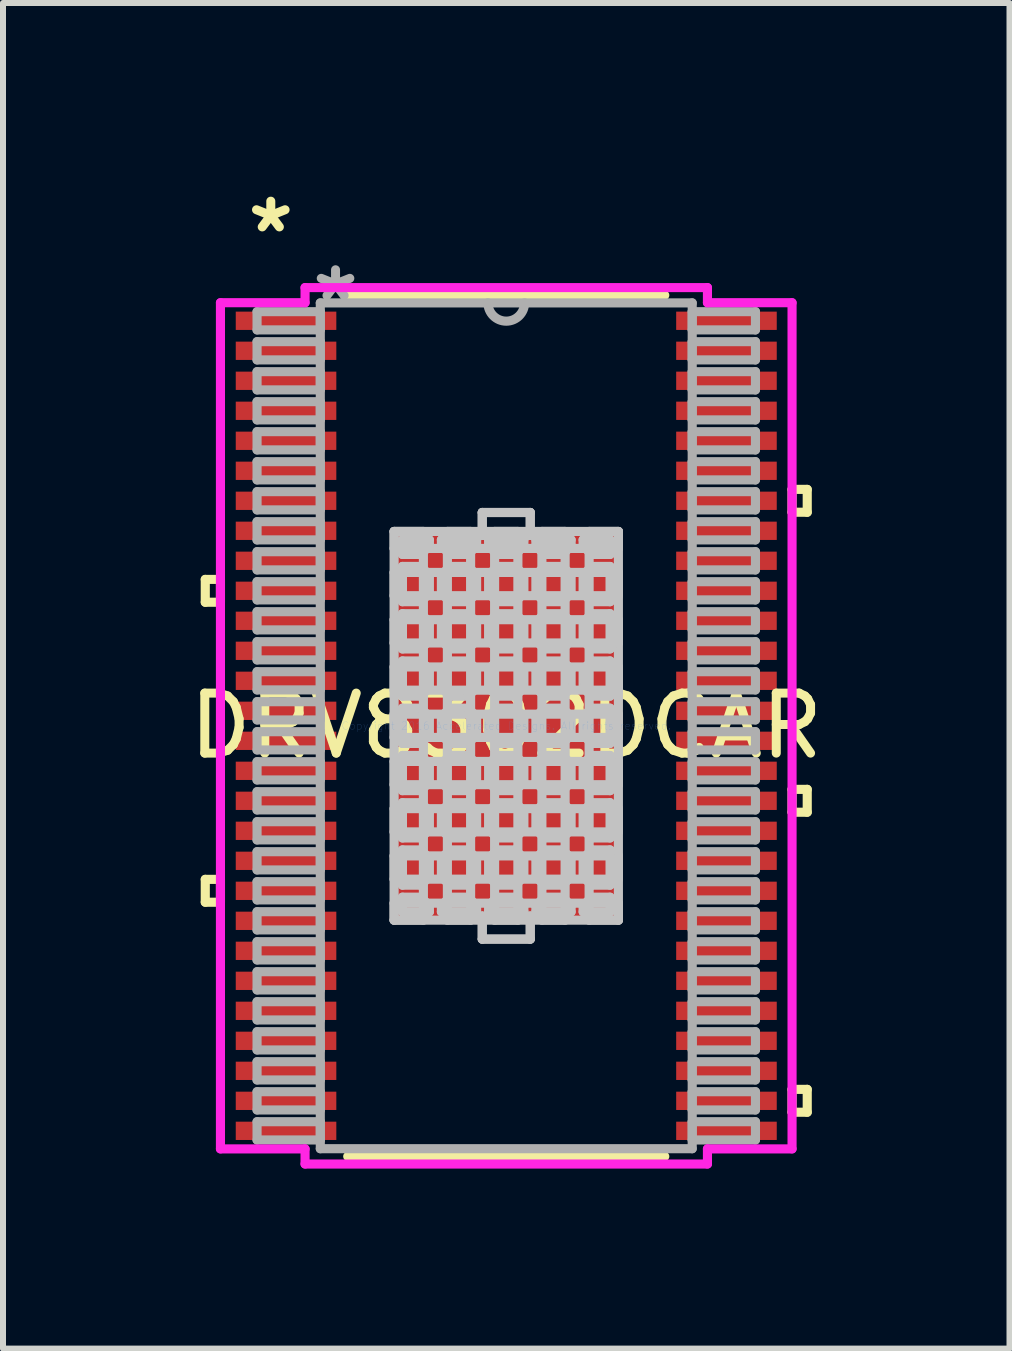
<source format=kicad_pcb>
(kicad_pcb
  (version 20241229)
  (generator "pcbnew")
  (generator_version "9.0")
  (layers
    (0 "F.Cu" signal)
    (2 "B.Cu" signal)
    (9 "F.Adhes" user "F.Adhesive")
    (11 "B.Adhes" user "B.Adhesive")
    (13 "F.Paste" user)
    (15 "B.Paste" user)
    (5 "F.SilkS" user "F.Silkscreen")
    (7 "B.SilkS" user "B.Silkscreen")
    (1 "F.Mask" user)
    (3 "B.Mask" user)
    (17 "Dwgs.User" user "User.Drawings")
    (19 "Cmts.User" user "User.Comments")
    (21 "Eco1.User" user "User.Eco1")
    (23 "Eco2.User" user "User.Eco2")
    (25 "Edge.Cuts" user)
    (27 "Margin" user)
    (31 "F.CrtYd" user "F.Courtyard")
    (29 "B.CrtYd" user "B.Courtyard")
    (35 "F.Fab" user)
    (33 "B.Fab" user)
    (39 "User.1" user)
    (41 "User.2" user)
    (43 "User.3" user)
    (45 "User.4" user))
  (footprint "DRV8302DCAR"
    (layer "F.Cu")
    (at 5.387 9.046)
    (property "Reference" "DRV8302DCAR" (at 0 0 0) (layer "F.SilkS") (effects (font (size 1 1) (thickness 0.15))))
    (attr through_hole)
    (fp_line (start -5.016 -2.44) (end -5.016 -2.059) (stroke (width 0.152) (type solid)) (layer "F.SilkS"))
    (fp_line (start -5.016 -2.059) (end -4.763 -2.059) (stroke (width 0.152) (type solid)) (layer "F.SilkS"))
    (fp_line (start -5.016 2.559) (end -5.016 2.94) (stroke (width 0.152) (type solid)) (layer "F.SilkS"))
    (fp_line (start -5.016 2.94) (end -4.763 2.94) (stroke (width 0.152) (type solid)) (layer "F.SilkS"))
    (fp_line (start -4.763 -2.44) (end -5.016 -2.44) (stroke (width 0.152) (type solid)) (layer "F.SilkS"))
    (fp_line (start -4.763 -2.059) (end -4.763 -2.44) (stroke (width 0.152) (type solid)) (layer "F.SilkS"))
    (fp_line (start -4.763 2.559) (end -5.016 2.559) (stroke (width 0.152) (type solid)) (layer "F.SilkS"))
    (fp_line (start -4.763 2.94) (end -4.763 2.559) (stroke (width 0.152) (type solid)) (layer "F.SilkS"))
    (fp_line (start -2.642 7.176) (end 2.642 7.176) (stroke (width 0.152) (type solid)) (layer "F.SilkS"))
    (fp_line (start 2.642 -7.176) (end -2.642 -7.176) (stroke (width 0.152) (type solid)) (layer "F.SilkS"))
    (fp_line (start 4.763 -3.94) (end 5.016 -3.94) (stroke (width 0.152) (type solid)) (layer "F.SilkS"))
    (fp_line (start 4.763 -3.559) (end 4.763 -3.94) (stroke (width 0.152) (type solid)) (layer "F.SilkS"))
    (fp_line (start 4.763 1.059) (end 5.016 1.059) (stroke (width 0.152) (type solid)) (layer "F.SilkS"))
    (fp_line (start 4.763 1.44) (end 4.763 1.059) (stroke (width 0.152) (type solid)) (layer "F.SilkS"))
    (fp_line (start 4.763 6.059) (end 5.016 6.059) (stroke (width 0.152) (type solid)) (layer "F.SilkS"))
    (fp_line (start 4.763 6.44) (end 4.763 6.059) (stroke (width 0.152) (type solid)) (layer "F.SilkS"))
    (fp_line (start 5.016 -3.94) (end 5.016 -3.559) (stroke (width 0.152) (type solid)) (layer "F.SilkS"))
    (fp_line (start 5.016 -3.559) (end 4.763 -3.559) (stroke (width 0.152) (type solid)) (layer "F.SilkS"))
    (fp_line (start 5.016 1.059) (end 5.016 1.44) (stroke (width 0.152) (type solid)) (layer "F.SilkS"))
    (fp_line (start 5.016 1.44) (end 4.763 1.44) (stroke (width 0.152) (type solid)) (layer "F.SilkS"))
    (fp_line (start 5.016 6.059) (end 5.016 6.44) (stroke (width 0.152) (type solid)) (layer "F.SilkS"))
    (fp_line (start 5.016 6.44) (end 4.763 6.44) (stroke (width 0.152) (type solid)) (layer "F.SilkS"))
    (fp_line (start -1.869 -3.239) (end -1.381 -3.239) (stroke (width 0.152) (type solid)) (layer "Dwgs.User"))
    (fp_line (start -1.869 -3.239) (end 1.869 -3.239) (stroke (width 0.152) (type solid)) (layer "Dwgs.User"))
    (fp_line (start -1.869 -2.956) (end -1.869 -3.239) (stroke (width 0.152) (type solid)) (layer "Dwgs.User"))
    (fp_line (start -1.869 -2.556) (end 1.869 -2.556) (stroke (width 0.152) (type solid)) (layer "Dwgs.User"))
    (fp_line (start -1.869 -2.168) (end -1.869 -2.556) (stroke (width 0.152) (type solid)) (layer "Dwgs.User"))
    (fp_line (start -1.869 -1.768) (end 1.869 -1.768) (stroke (width 0.152) (type solid)) (layer "Dwgs.User"))
    (fp_line (start -1.869 -1.381) (end -1.869 -1.768) (stroke (width 0.152) (type solid)) (layer "Dwgs.User"))
    (fp_line (start -1.869 -0.981) (end 1.869 -0.981) (stroke (width 0.152) (type solid)) (layer "Dwgs.User"))
    (fp_line (start -1.869 -0.594) (end -1.869 -0.981) (stroke (width 0.152) (type solid)) (layer "Dwgs.User"))
    (fp_line (start -1.869 -0.194) (end 1.869 -0.194) (stroke (width 0.152) (type solid)) (layer "Dwgs.User"))
    (fp_line (start -1.869 0.194) (end -1.869 -0.194) (stroke (width 0.152) (type solid)) (layer "Dwgs.User"))
    (fp_line (start -1.869 0.594) (end 1.869 0.594) (stroke (width 0.152) (type solid)) (layer "Dwgs.User"))
    (fp_line (start -1.869 0.981) (end -1.869 0.594) (stroke (width 0.152) (type solid)) (layer "Dwgs.User"))
    (fp_line (start -1.869 1.381) (end 1.869 1.381) (stroke (width 0.152) (type solid)) (layer "Dwgs.User"))
    (fp_line (start -1.869 1.768) (end -1.869 1.381) (stroke (width 0.152) (type solid)) (layer "Dwgs.User"))
    (fp_line (start -1.869 2.168) (end 1.869 2.168) (stroke (width 0.152) (type solid)) (layer "Dwgs.User"))
    (fp_line (start -1.869 2.556) (end -1.869 2.168) (stroke (width 0.152) (type solid)) (layer "Dwgs.User"))
    (fp_line (start -1.869 2.956) (end 1.869 2.956) (stroke (width 0.152) (type solid)) (layer "Dwgs.User"))
    (fp_line (start -1.869 3.239) (end -1.869 -3.239) (stroke (width 0.152) (type solid)) (layer "Dwgs.User"))
    (fp_line (start -1.869 3.239) (end -1.869 2.956) (stroke (width 0.152) (type solid)) (layer "Dwgs.User"))
    (fp_line (start -1.73 -3.1) (end -1.73 -2.856) (stroke (width 0.152) (type solid)) (layer "Dwgs.User"))
    (fp_line (start -1.73 -2.856) (end -1.423 -2.856) (stroke (width 0.152) (type solid)) (layer "Dwgs.User"))
    (fp_line (start -1.73 -2.656) (end -1.73 -2.068) (stroke (width 0.152) (type solid)) (layer "Dwgs.User"))
    (fp_line (start -1.73 -2.068) (end -1.423 -2.068) (stroke (width 0.152) (type solid)) (layer "Dwgs.User"))
    (fp_line (start -1.73 -1.869) (end -1.73 -1.281) (stroke (width 0.152) (type solid)) (layer "Dwgs.User"))
    (fp_line (start -1.73 -1.281) (end -1.423 -1.281) (stroke (width 0.152) (type solid)) (layer "Dwgs.User"))
    (fp_line (start -1.73 -1.081) (end -1.73 -0.494) (stroke (width 0.152) (type solid)) (layer "Dwgs.User"))
    (fp_line (start -1.73 -0.494) (end -1.423 -0.494) (stroke (width 0.152) (type solid)) (layer "Dwgs.User"))
    (fp_line (start -1.73 -0.294) (end -1.73 0.294) (stroke (width 0.152) (type solid)) (layer "Dwgs.User"))
    (fp_line (start -1.73 0.294) (end -1.423 0.294) (stroke (width 0.152) (type solid)) (layer "Dwgs.User"))
    (fp_line (start -1.73 0.494) (end -1.73 1.081) (stroke (width 0.152) (type solid)) (layer "Dwgs.User"))
    (fp_line (start -1.73 1.081) (end -1.423 1.081) (stroke (width 0.152) (type solid)) (layer "Dwgs.User"))
    (fp_line (start -1.73 1.281) (end -1.73 1.869) (stroke (width 0.152) (type solid)) (layer "Dwgs.User"))
    (fp_line (start -1.73 1.869) (end -1.423 1.869) (stroke (width 0.152) (type solid)) (layer "Dwgs.User"))
    (fp_line (start -1.73 2.068) (end -1.73 2.656) (stroke (width 0.152) (type solid)) (layer "Dwgs.User"))
    (fp_line (start -1.73 2.656) (end -1.423 2.656) (stroke (width 0.152) (type solid)) (layer "Dwgs.User"))
    (fp_line (start -1.73 2.856) (end -1.73 3.1) (stroke (width 0.152) (type solid)) (layer "Dwgs.User"))
    (fp_line (start -1.73 3.1) (end -1.281 3.1) (stroke (width 0.152) (type solid)) (layer "Dwgs.User"))
    (fp_line (start -1.423 -2.856) (end -1.423 -2.856) (stroke (width 0.152) (type solid)) (layer "Dwgs.User"))
    (fp_line (start -1.423 -2.856) (end -1.281 -2.997) (stroke (width 0.152) (type solid)) (layer "Dwgs.User"))
    (fp_line (start -1.423 -2.656) (end -1.73 -2.656) (stroke (width 0.152) (type solid)) (layer "Dwgs.User"))
    (fp_line (start -1.423 -2.656) (end -1.423 -2.656) (stroke (width 0.152) (type solid)) (layer "Dwgs.User"))
    (fp_line (start -1.423 -2.068) (end -1.423 -2.068) (stroke (width 0.152) (type solid)) (layer "Dwgs.User"))
    (fp_line (start -1.423 -2.068) (end -1.281 -2.21) (stroke (width 0.152) (type solid)) (layer "Dwgs.User"))
    (fp_line (start -1.423 -1.869) (end -1.73 -1.869) (stroke (width 0.152) (type solid)) (layer "Dwgs.User"))
    (fp_line (start -1.423 -1.869) (end -1.423 -1.869) (stroke (width 0.152) (type solid)) (layer "Dwgs.User"))
    (fp_line (start -1.423 -1.281) (end -1.423 -1.281) (stroke (width 0.152) (type solid)) (layer "Dwgs.User"))
    (fp_line (start -1.423 -1.281) (end -1.281 -1.423) (stroke (width 0.152) (type solid)) (layer "Dwgs.User"))
    (fp_line (start -1.423 -1.081) (end -1.73 -1.081) (stroke (width 0.152) (type solid)) (layer "Dwgs.User"))
    (fp_line (start -1.423 -1.081) (end -1.423 -1.081) (stroke (width 0.152) (type solid)) (layer "Dwgs.User"))
    (fp_line (start -1.423 -0.494) (end -1.423 -0.494) (stroke (width 0.152) (type solid)) (layer "Dwgs.User"))
    (fp_line (start -1.423 -0.494) (end -1.281 -0.635) (stroke (width 0.152) (type solid)) (layer "Dwgs.User"))
    (fp_line (start -1.423 -0.294) (end -1.73 -0.294) (stroke (width 0.152) (type solid)) (layer "Dwgs.User"))
    (fp_line (start -1.423 -0.294) (end -1.423 -0.294) (stroke (width 0.152) (type solid)) (layer "Dwgs.User"))
    (fp_line (start -1.423 0.294) (end -1.423 0.294) (stroke (width 0.152) (type solid)) (layer "Dwgs.User"))
    (fp_line (start -1.423 0.294) (end -1.281 0.152) (stroke (width 0.152) (type solid)) (layer "Dwgs.User"))
    (fp_line (start -1.423 0.494) (end -1.73 0.494) (stroke (width 0.152) (type solid)) (layer "Dwgs.User"))
    (fp_line (start -1.423 0.494) (end -1.423 0.494) (stroke (width 0.152) (type solid)) (layer "Dwgs.User"))
    (fp_line (start -1.423 1.081) (end -1.423 1.081) (stroke (width 0.152) (type solid)) (layer "Dwgs.User"))
    (fp_line (start -1.423 1.081) (end -1.281 0.94) (stroke (width 0.152) (type solid)) (layer "Dwgs.User"))
    (fp_line (start -1.423 1.281) (end -1.73 1.281) (stroke (width 0.152) (type solid)) (layer "Dwgs.User"))
    (fp_line (start -1.423 1.281) (end -1.423 1.281) (stroke (width 0.152) (type solid)) (layer "Dwgs.User"))
    (fp_line (start -1.423 1.869) (end -1.423 1.869) (stroke (width 0.152) (type solid)) (layer "Dwgs.User"))
    (fp_line (start -1.423 1.869) (end -1.281 1.727) (stroke (width 0.152) (type solid)) (layer "Dwgs.User"))
    (fp_line (start -1.423 2.068) (end -1.73 2.068) (stroke (width 0.152) (type solid)) (layer "Dwgs.User"))
    (fp_line (start -1.423 2.068) (end -1.423 2.068) (stroke (width 0.152) (type solid)) (layer "Dwgs.User"))
    (fp_line (start -1.423 2.656) (end -1.423 2.656) (stroke (width 0.152) (type solid)) (layer "Dwgs.User"))
    (fp_line (start -1.423 2.656) (end -1.281 2.514) (stroke (width 0.152) (type solid)) (layer "Dwgs.User"))
    (fp_line (start -1.423 2.856) (end -1.73 2.856) (stroke (width 0.152) (type solid)) (layer "Dwgs.User"))
    (fp_line (start -1.423 2.856) (end -1.423 2.856) (stroke (width 0.152) (type solid)) (layer "Dwgs.User"))
    (fp_line (start -1.381 -3.239) (end -1.381 3.239) (stroke (width 0.152) (type solid)) (layer "Dwgs.User"))
    (fp_line (start -1.381 3.239) (end -1.869 3.239) (stroke (width 0.152) (type solid)) (layer "Dwgs.User"))
    (fp_line (start -1.281 -3.1) (end -1.73 -3.1) (stroke (width 0.152) (type solid)) (layer "Dwgs.User"))
    (fp_line (start -1.281 -2.997) (end -1.281 -3.1) (stroke (width 0.152) (type solid)) (layer "Dwgs.User"))
    (fp_line (start -1.281 -2.997) (end -1.281 -2.997) (stroke (width 0.152) (type solid)) (layer "Dwgs.User"))
    (fp_line (start -1.281 -2.514) (end -1.423 -2.656) (stroke (width 0.152) (type solid)) (layer "Dwgs.User"))
    (fp_line (start -1.281 -2.514) (end -1.281 -2.514) (stroke (width 0.152) (type solid)) (layer "Dwgs.User"))
    (fp_line (start -1.281 -2.21) (end -1.281 -2.514) (stroke (width 0.152) (type solid)) (layer "Dwgs.User"))
    (fp_line (start -1.281 -2.21) (end -1.281 -2.21) (stroke (width 0.152) (type solid)) (layer "Dwgs.User"))
    (fp_line (start -1.281 -1.727) (end -1.423 -1.869) (stroke (width 0.152) (type solid)) (layer "Dwgs.User"))
    (fp_line (start -1.281 -1.727) (end -1.281 -1.727) (stroke (width 0.152) (type solid)) (layer "Dwgs.User"))
    (fp_line (start -1.281 -1.423) (end -1.281 -1.727) (stroke (width 0.152) (type solid)) (layer "Dwgs.User"))
    (fp_line (start -1.281 -1.423) (end -1.281 -1.423) (stroke (width 0.152) (type solid)) (layer "Dwgs.User"))
    (fp_line (start -1.281 -0.94) (end -1.423 -1.081) (stroke (width 0.152) (type solid)) (layer "Dwgs.User"))
    (fp_line (start -1.281 -0.94) (end -1.281 -0.94) (stroke (width 0.152) (type solid)) (layer "Dwgs.User"))
    (fp_line (start -1.281 -0.635) (end -1.281 -0.94) (stroke (width 0.152) (type solid)) (layer "Dwgs.User"))
    (fp_line (start -1.281 -0.635) (end -1.281 -0.635) (stroke (width 0.152) (type solid)) (layer "Dwgs.User"))
    (fp_line (start -1.281 -0.152) (end -1.423 -0.294) (stroke (width 0.152) (type solid)) (layer "Dwgs.User"))
    (fp_line (start -1.281 -0.152) (end -1.281 -0.152) (stroke (width 0.152) (type solid)) (layer "Dwgs.User"))
    (fp_line (start -1.281 0.152) (end -1.281 -0.152) (stroke (width 0.152) (type solid)) (layer "Dwgs.User"))
    (fp_line (start -1.281 0.152) (end -1.281 0.152) (stroke (width 0.152) (type solid)) (layer "Dwgs.User"))
    (fp_line (start -1.281 0.635) (end -1.423 0.494) (stroke (width 0.152) (type solid)) (layer "Dwgs.User"))
    (fp_line (start -1.281 0.635) (end -1.281 0.635) (stroke (width 0.152) (type solid)) (layer "Dwgs.User"))
    (fp_line (start -1.281 0.94) (end -1.281 0.635) (stroke (width 0.152) (type solid)) (layer "Dwgs.User"))
    (fp_line (start -1.281 0.94) (end -1.281 0.94) (stroke (width 0.152) (type solid)) (layer "Dwgs.User"))
    (fp_line (start -1.281 1.423) (end -1.423 1.281) (stroke (width 0.152) (type solid)) (layer "Dwgs.User"))
    (fp_line (start -1.281 1.423) (end -1.281 1.423) (stroke (width 0.152) (type solid)) (layer "Dwgs.User"))
    (fp_line (start -1.281 1.727) (end -1.281 1.423) (stroke (width 0.152) (type solid)) (layer "Dwgs.User"))
    (fp_line (start -1.281 1.727) (end -1.281 1.727) (stroke (width 0.152) (type solid)) (layer "Dwgs.User"))
    (fp_line (start -1.281 2.21) (end -1.423 2.068) (stroke (width 0.152) (type solid)) (layer "Dwgs.User"))
    (fp_line (start -1.281 2.21) (end -1.281 2.21) (stroke (width 0.152) (type solid)) (layer "Dwgs.User"))
    (fp_line (start -1.281 2.514) (end -1.281 2.21) (stroke (width 0.152) (type solid)) (layer "Dwgs.User"))
    (fp_line (start -1.281 2.514) (end -1.281 2.514) (stroke (width 0.152) (type solid)) (layer "Dwgs.User"))
    (fp_line (start -1.281 2.997) (end -1.423 2.856) (stroke (width 0.152) (type solid)) (layer "Dwgs.User"))
    (fp_line (start -1.281 2.997) (end -1.281 2.997) (stroke (width 0.152) (type solid)) (layer "Dwgs.User"))
    (fp_line (start -1.281 3.1) (end -1.281 2.997) (stroke (width 0.152) (type solid)) (layer "Dwgs.User"))
    (fp_line (start -1.081 -3.1) (end -1.081 -2.997) (stroke (width 0.152) (type solid)) (layer "Dwgs.User"))
    (fp_line (start -1.081 -2.997) (end -1.081 -2.997) (stroke (width 0.152) (type solid)) (layer "Dwgs.User"))
    (fp_line (start -1.081 -2.997) (end -0.94 -2.856) (stroke (width 0.152) (type solid)) (layer "Dwgs.User"))
    (fp_line (start -1.081 -2.514) (end -1.081 -2.514) (stroke (width 0.152) (type solid)) (layer "Dwgs.User"))
    (fp_line (start -1.081 -2.514) (end -1.081 -2.21) (stroke (width 0.152) (type solid)) (layer "Dwgs.User"))
    (fp_line (start -1.081 -2.21) (end -1.081 -2.21) (stroke (width 0.152) (type solid)) (layer "Dwgs.User"))
    (fp_line (start -1.081 -2.21) (end -0.94 -2.068) (stroke (width 0.152) (type solid)) (layer "Dwgs.User"))
    (fp_line (start -1.081 -1.727) (end -1.081 -1.727) (stroke (width 0.152) (type solid)) (layer "Dwgs.User"))
    (fp_line (start -1.081 -1.727) (end -1.081 -1.423) (stroke (width 0.152) (type solid)) (layer "Dwgs.User"))
    (fp_line (start -1.081 -1.423) (end -1.081 -1.423) (stroke (width 0.152) (type solid)) (layer "Dwgs.User"))
    (fp_line (start -1.081 -1.423) (end -0.94 -1.281) (stroke (width 0.152) (type solid)) (layer "Dwgs.User"))
    (fp_line (start -1.081 -0.94) (end -1.081 -0.94) (stroke (width 0.152) (type solid)) (layer "Dwgs.User"))
    (fp_line (start -1.081 -0.94) (end -1.081 -0.635) (stroke (width 0.152) (type solid)) (layer "Dwgs.User"))
    (fp_line (start -1.081 -0.635) (end -1.081 -0.635) (stroke (width 0.152) (type solid)) (layer "Dwgs.User"))
    (fp_line (start -1.081 -0.635) (end -0.94 -0.494) (stroke (width 0.152) (type solid)) (layer "Dwgs.User"))
    (fp_line (start -1.081 -0.152) (end -1.081 -0.152) (stroke (width 0.152) (type solid)) (layer "Dwgs.User"))
    (fp_line (start -1.081 -0.152) (end -1.081 0.152) (stroke (width 0.152) (type solid)) (layer "Dwgs.User"))
    (fp_line (start -1.081 0.152) (end -1.081 0.152) (stroke (width 0.152) (type solid)) (layer "Dwgs.User"))
    (fp_line (start -1.081 0.152) (end -0.94 0.294) (stroke (width 0.152) (type solid)) (layer "Dwgs.User"))
    (fp_line (start -1.081 0.635) (end -1.081 0.635) (stroke (width 0.152) (type solid)) (layer "Dwgs.User"))
    (fp_line (start -1.081 0.635) (end -1.081 0.94) (stroke (width 0.152) (type solid)) (layer "Dwgs.User"))
    (fp_line (start -1.081 0.94) (end -1.081 0.94) (stroke (width 0.152) (type solid)) (layer "Dwgs.User"))
    (fp_line (start -1.081 0.94) (end -0.94 1.081) (stroke (width 0.152) (type solid)) (layer "Dwgs.User"))
    (fp_line (start -1.081 1.423) (end -1.081 1.423) (stroke (width 0.152) (type solid)) (layer "Dwgs.User"))
    (fp_line (start -1.081 1.423) (end -1.081 1.727) (stroke (width 0.152) (type solid)) (layer "Dwgs.User"))
    (fp_line (start -1.081 1.727) (end -1.081 1.727) (stroke (width 0.152) (type solid)) (layer "Dwgs.User"))
    (fp_line (start -1.081 1.727) (end -0.94 1.869) (stroke (width 0.152) (type solid)) (layer "Dwgs.User"))
    (fp_line (start -1.081 2.21) (end -1.081 2.21) (stroke (width 0.152) (type solid)) (layer "Dwgs.User"))
    (fp_line (start -1.081 2.21) (end -1.081 2.514) (stroke (width 0.152) (type solid)) (layer "Dwgs.User"))
    (fp_line (start -1.081 2.514) (end -1.081 2.514) (stroke (width 0.152) (type solid)) (layer "Dwgs.User"))
    (fp_line (start -1.081 2.514) (end -0.94 2.656) (stroke (width 0.152) (type solid)) (layer "Dwgs.User"))
    (fp_line (start -1.081 2.997) (end -1.081 2.997) (stroke (width 0.152) (type solid)) (layer "Dwgs.User"))
    (fp_line (start -1.081 2.997) (end -1.081 3.1) (stroke (width 0.152) (type solid)) (layer "Dwgs.User"))
    (fp_line (start -1.081 3.1) (end -0.494 3.1) (stroke (width 0.152) (type solid)) (layer "Dwgs.User"))
    (fp_line (start -0.981 -3.239) (end -0.981 3.239) (stroke (width 0.152) (type solid)) (layer "Dwgs.User"))
    (fp_line (start -0.981 3.239) (end -0.594 3.239) (stroke (width 0.152) (type solid)) (layer "Dwgs.User"))
    (fp_line (start -0.94 -2.856) (end -0.94 -2.856) (stroke (width 0.152) (type solid)) (layer "Dwgs.User"))
    (fp_line (start -0.94 -2.856) (end -0.635 -2.856) (stroke (width 0.152) (type solid)) (layer "Dwgs.User"))
    (fp_line (start -0.94 -2.656) (end -1.081 -2.514) (stroke (width 0.152) (type solid)) (layer "Dwgs.User"))
    (fp_line (start -0.94 -2.656) (end -0.94 -2.656) (stroke (width 0.152) (type solid)) (layer "Dwgs.User"))
    (fp_line (start -0.94 -2.068) (end -0.94 -2.068) (stroke (width 0.152) (type solid)) (layer "Dwgs.User"))
    (fp_line (start -0.94 -2.068) (end -0.635 -2.068) (stroke (width 0.152) (type solid)) (layer "Dwgs.User"))
    (fp_line (start -0.94 -1.869) (end -1.081 -1.727) (stroke (width 0.152) (type solid)) (layer "Dwgs.User"))
    (fp_line (start -0.94 -1.869) (end -0.94 -1.869) (stroke (width 0.152) (type solid)) (layer "Dwgs.User"))
    (fp_line (start -0.94 -1.281) (end -0.94 -1.281) (stroke (width 0.152) (type solid)) (layer "Dwgs.User"))
    (fp_line (start -0.94 -1.281) (end -0.635 -1.281) (stroke (width 0.152) (type solid)) (layer "Dwgs.User"))
    (fp_line (start -0.94 -1.081) (end -1.081 -0.94) (stroke (width 0.152) (type solid)) (layer "Dwgs.User"))
    (fp_line (start -0.94 -1.081) (end -0.94 -1.081) (stroke (width 0.152) (type solid)) (layer "Dwgs.User"))
    (fp_line (start -0.94 -0.494) (end -0.94 -0.494) (stroke (width 0.152) (type solid)) (layer "Dwgs.User"))
    (fp_line (start -0.94 -0.494) (end -0.635 -0.494) (stroke (width 0.152) (type solid)) (layer "Dwgs.User"))
    (fp_line (start -0.94 -0.294) (end -1.081 -0.152) (stroke (width 0.152) (type solid)) (layer "Dwgs.User"))
    (fp_line (start -0.94 -0.294) (end -0.94 -0.294) (stroke (width 0.152) (type solid)) (layer "Dwgs.User"))
    (fp_line (start -0.94 0.294) (end -0.94 0.294) (stroke (width 0.152) (type solid)) (layer "Dwgs.User"))
    (fp_line (start -0.94 0.294) (end -0.635 0.294) (stroke (width 0.152) (type solid)) (layer "Dwgs.User"))
    (fp_line (start -0.94 0.494) (end -1.081 0.635) (stroke (width 0.152) (type solid)) (layer "Dwgs.User"))
    (fp_line (start -0.94 0.494) (end -0.94 0.494) (stroke (width 0.152) (type solid)) (layer "Dwgs.User"))
    (fp_line (start -0.94 1.081) (end -0.94 1.081) (stroke (width 0.152) (type solid)) (layer "Dwgs.User"))
    (fp_line (start -0.94 1.081) (end -0.635 1.081) (stroke (width 0.152) (type solid)) (layer "Dwgs.User"))
    (fp_line (start -0.94 1.281) (end -1.081 1.423) (stroke (width 0.152) (type solid)) (layer "Dwgs.User"))
    (fp_line (start -0.94 1.281) (end -0.94 1.281) (stroke (width 0.152) (type solid)) (layer "Dwgs.User"))
    (fp_line (start -0.94 1.869) (end -0.94 1.869) (stroke (width 0.152) (type solid)) (layer "Dwgs.User"))
    (fp_line (start -0.94 1.869) (end -0.635 1.869) (stroke (width 0.152) (type solid)) (layer "Dwgs.User"))
    (fp_line (start -0.94 2.068) (end -1.081 2.21) (stroke (width 0.152) (type solid)) (layer "Dwgs.User"))
    (fp_line (start -0.94 2.068) (end -0.94 2.068) (stroke (width 0.152) (type solid)) (layer "Dwgs.User"))
    (fp_line (start -0.94 2.656) (end -0.94 2.656) (stroke (width 0.152) (type solid)) (layer "Dwgs.User"))
    (fp_line (start -0.94 2.656) (end -0.635 2.656) (stroke (width 0.152) (type solid)) (layer "Dwgs.User"))
    (fp_line (start -0.94 2.856) (end -1.081 2.997) (stroke (width 0.152) (type solid)) (layer "Dwgs.User"))
    (fp_line (start -0.94 2.856) (end -0.94 2.856) (stroke (width 0.152) (type solid)) (layer "Dwgs.User"))
    (fp_line (start -0.635 -2.856) (end -0.635 -2.856) (stroke (width 0.152) (type solid)) (layer "Dwgs.User"))
    (fp_line (start -0.635 -2.856) (end -0.494 -2.997) (stroke (width 0.152) (type solid)) (layer "Dwgs.User"))
    (fp_line (start -0.635 -2.656) (end -0.94 -2.656) (stroke (width 0.152) (type solid)) (layer "Dwgs.User"))
    (fp_line (start -0.635 -2.656) (end -0.635 -2.656) (stroke (width 0.152) (type solid)) (layer "Dwgs.User"))
    (fp_line (start -0.635 -2.068) (end -0.635 -2.068) (stroke (width 0.152) (type solid)) (layer "Dwgs.User"))
    (fp_line (start -0.635 -2.068) (end -0.494 -2.21) (stroke (width 0.152) (type solid)) (layer "Dwgs.User"))
    (fp_line (start -0.635 -1.869) (end -0.94 -1.869) (stroke (width 0.152) (type solid)) (layer "Dwgs.User"))
    (fp_line (start -0.635 -1.869) (end -0.635 -1.869) (stroke (width 0.152) (type solid)) (layer "Dwgs.User"))
    (fp_line (start -0.635 -1.281) (end -0.635 -1.281) (stroke (width 0.152) (type solid)) (layer "Dwgs.User"))
    (fp_line (start -0.635 -1.281) (end -0.494 -1.423) (stroke (width 0.152) (type solid)) (layer "Dwgs.User"))
    (fp_line (start -0.635 -1.081) (end -0.94 -1.081) (stroke (width 0.152) (type solid)) (layer "Dwgs.User"))
    (fp_line (start -0.635 -1.081) (end -0.635 -1.081) (stroke (width 0.152) (type solid)) (layer "Dwgs.User"))
    (fp_line (start -0.635 -0.494) (end -0.635 -0.494) (stroke (width 0.152) (type solid)) (layer "Dwgs.User"))
    (fp_line (start -0.635 -0.494) (end -0.494 -0.635) (stroke (width 0.152) (type solid)) (layer "Dwgs.User"))
    (fp_line (start -0.635 -0.294) (end -0.94 -0.294) (stroke (width 0.152) (type solid)) (layer "Dwgs.User"))
    (fp_line (start -0.635 -0.294) (end -0.635 -0.294) (stroke (width 0.152) (type solid)) (layer "Dwgs.User"))
    (fp_line (start -0.635 0.294) (end -0.635 0.294) (stroke (width 0.152) (type solid)) (layer "Dwgs.User"))
    (fp_line (start -0.635 0.294) (end -0.494 0.152) (stroke (width 0.152) (type solid)) (layer "Dwgs.User"))
    (fp_line (start -0.635 0.494) (end -0.94 0.494) (stroke (width 0.152) (type solid)) (layer "Dwgs.User"))
    (fp_line (start -0.635 0.494) (end -0.635 0.494) (stroke (width 0.152) (type solid)) (layer "Dwgs.User"))
    (fp_line (start -0.635 1.081) (end -0.635 1.081) (stroke (width 0.152) (type solid)) (layer "Dwgs.User"))
    (fp_line (start -0.635 1.081) (end -0.494 0.94) (stroke (width 0.152) (type solid)) (layer "Dwgs.User"))
    (fp_line (start -0.635 1.281) (end -0.94 1.281) (stroke (width 0.152) (type solid)) (layer "Dwgs.User"))
    (fp_line (start -0.635 1.281) (end -0.635 1.281) (stroke (width 0.152) (type solid)) (layer "Dwgs.User"))
    (fp_line (start -0.635 1.869) (end -0.635 1.869) (stroke (width 0.152) (type solid)) (layer "Dwgs.User"))
    (fp_line (start -0.635 1.869) (end -0.494 1.727) (stroke (width 0.152) (type solid)) (layer "Dwgs.User"))
    (fp_line (start -0.635 2.068) (end -0.94 2.068) (stroke (width 0.152) (type solid)) (layer "Dwgs.User"))
    (fp_line (start -0.635 2.068) (end -0.635 2.068) (stroke (width 0.152) (type solid)) (layer "Dwgs.User"))
    (fp_line (start -0.635 2.656) (end -0.635 2.656) (stroke (width 0.152) (type solid)) (layer "Dwgs.User"))
    (fp_line (start -0.635 2.656) (end -0.494 2.514) (stroke (width 0.152) (type solid)) (layer "Dwgs.User"))
    (fp_line (start -0.635 2.856) (end -0.94 2.856) (stroke (width 0.152) (type solid)) (layer "Dwgs.User"))
    (fp_line (start -0.635 2.856) (end -0.635 2.856) (stroke (width 0.152) (type solid)) (layer "Dwgs.User"))
    (fp_line (start -0.594 -3.239) (end -0.981 -3.239) (stroke (width 0.152) (type solid)) (layer "Dwgs.User"))
    (fp_line (start -0.594 3.239) (end -0.594 -3.239) (stroke (width 0.152) (type solid)) (layer "Dwgs.User"))
    (fp_line (start -0.494 -3.1) (end -1.081 -3.1) (stroke (width 0.152) (type solid)) (layer "Dwgs.User"))
    (fp_line (start -0.494 -2.997) (end -0.494 -3.1) (stroke (width 0.152) (type solid)) (layer "Dwgs.User"))
    (fp_line (start -0.494 -2.997) (end -0.494 -2.997) (stroke (width 0.152) (type solid)) (layer "Dwgs.User"))
    (fp_line (start -0.494 -2.514) (end -0.635 -2.656) (stroke (width 0.152) (type solid)) (layer "Dwgs.User"))
    (fp_line (start -0.494 -2.514) (end -0.494 -2.514) (stroke (width 0.152) (type solid)) (layer "Dwgs.User"))
    (fp_line (start -0.494 -2.21) (end -0.494 -2.514) (stroke (width 0.152) (type solid)) (layer "Dwgs.User"))
    (fp_line (start -0.494 -2.21) (end -0.494 -2.21) (stroke (width 0.152) (type solid)) (layer "Dwgs.User"))
    (fp_line (start -0.494 -1.727) (end -0.635 -1.869) (stroke (width 0.152) (type solid)) (layer "Dwgs.User"))
    (fp_line (start -0.494 -1.727) (end -0.494 -1.727) (stroke (width 0.152) (type solid)) (layer "Dwgs.User"))
    (fp_line (start -0.494 -1.423) (end -0.494 -1.727) (stroke (width 0.152) (type solid)) (layer "Dwgs.User"))
    (fp_line (start -0.494 -1.423) (end -0.494 -1.423) (stroke (width 0.152) (type solid)) (layer "Dwgs.User"))
    (fp_line (start -0.494 -0.94) (end -0.635 -1.081) (stroke (width 0.152) (type solid)) (layer "Dwgs.User"))
    (fp_line (start -0.494 -0.94) (end -0.494 -0.94) (stroke (width 0.152) (type solid)) (layer "Dwgs.User"))
    (fp_line (start -0.494 -0.635) (end -0.494 -0.94) (stroke (width 0.152) (type solid)) (layer "Dwgs.User"))
    (fp_line (start -0.494 -0.635) (end -0.494 -0.635) (stroke (width 0.152) (type solid)) (layer "Dwgs.User"))
    (fp_line (start -0.494 -0.152) (end -0.635 -0.294) (stroke (width 0.152) (type solid)) (layer "Dwgs.User"))
    (fp_line (start -0.494 -0.152) (end -0.494 -0.152) (stroke (width 0.152) (type solid)) (layer "Dwgs.User"))
    (fp_line (start -0.494 0.152) (end -0.494 -0.152) (stroke (width 0.152) (type solid)) (layer "Dwgs.User"))
    (fp_line (start -0.494 0.152) (end -0.494 0.152) (stroke (width 0.152) (type solid)) (layer "Dwgs.User"))
    (fp_line (start -0.494 0.635) (end -0.635 0.494) (stroke (width 0.152) (type solid)) (layer "Dwgs.User"))
    (fp_line (start -0.494 0.635) (end -0.494 0.635) (stroke (width 0.152) (type solid)) (layer "Dwgs.User"))
    (fp_line (start -0.494 0.94) (end -0.494 0.635) (stroke (width 0.152) (type solid)) (layer "Dwgs.User"))
    (fp_line (start -0.494 0.94) (end -0.494 0.94) (stroke (width 0.152) (type solid)) (layer "Dwgs.User"))
    (fp_line (start -0.494 1.423) (end -0.635 1.281) (stroke (width 0.152) (type solid)) (layer "Dwgs.User"))
    (fp_line (start -0.494 1.423) (end -0.494 1.423) (stroke (width 0.152) (type solid)) (layer "Dwgs.User"))
    (fp_line (start -0.494 1.727) (end -0.494 1.423) (stroke (width 0.152) (type solid)) (layer "Dwgs.User"))
    (fp_line (start -0.494 1.727) (end -0.494 1.727) (stroke (width 0.152) (type solid)) (layer "Dwgs.User"))
    (fp_line (start -0.494 2.21) (end -0.635 2.068) (stroke (width 0.152) (type solid)) (layer "Dwgs.User"))
    (fp_line (start -0.494 2.21) (end -0.494 2.21) (stroke (width 0.152) (type solid)) (layer "Dwgs.User"))
    (fp_line (start -0.494 2.514) (end -0.494 2.21) (stroke (width 0.152) (type solid)) (layer "Dwgs.User"))
    (fp_line (start -0.494 2.514) (end -0.494 2.514) (stroke (width 0.152) (type solid)) (layer "Dwgs.User"))
    (fp_line (start -0.494 2.997) (end -0.635 2.856) (stroke (width 0.152) (type solid)) (layer "Dwgs.User"))
    (fp_line (start -0.494 2.997) (end -0.494 2.997) (stroke (width 0.152) (type solid)) (layer "Dwgs.User"))
    (fp_line (start -0.494 3.1) (end -0.494 2.997) (stroke (width 0.152) (type solid)) (layer "Dwgs.User"))
    (fp_line (start -0.4 -3.555) (end 0.4 -3.555) (stroke (width 0.152) (type solid)) (layer "Dwgs.User"))
    (fp_line (start -0.4 -3.555) (end 0.4 -3.555) (stroke (width 0.152) (type solid)) (layer "Dwgs.User"))
    (fp_line (start -0.4 -3.175) (end -0.4 -3.555) (stroke (width 0.152) (type solid)) (layer "Dwgs.User"))
    (fp_line (start -0.4 -3.175) (end -0.4 -3.555) (stroke (width 0.152) (type solid)) (layer "Dwgs.User"))
    (fp_line (start -0.4 -3.175) (end -0.4 -3.175) (stroke (width 0.152) (type solid)) (layer "Dwgs.User"))
    (fp_line (start -0.4 -3.175) (end -0.4 -3.175) (stroke (width 0.152) (type solid)) (layer "Dwgs.User"))
    (fp_line (start -0.4 -3.175) (end -0.4 -3.175) (stroke (width 0.152) (type solid)) (layer "Dwgs.User"))
    (fp_line (start -0.4 -3.175) (end -0.4 -3.175) (stroke (width 0.152) (type solid)) (layer "Dwgs.User"))
    (fp_line (start -0.4 3.175) (end -0.4 3.175) (stroke (width 0.152) (type solid)) (layer "Dwgs.User"))
    (fp_line (start -0.4 3.175) (end -0.4 3.175) (stroke (width 0.152) (type solid)) (layer "Dwgs.User"))
    (fp_line (start -0.4 3.175) (end -0.4 3.175) (stroke (width 0.152) (type solid)) (layer "Dwgs.User"))
    (fp_line (start -0.4 3.175) (end -0.4 3.175) (stroke (width 0.152) (type solid)) (layer "Dwgs.User"))
    (fp_line (start -0.4 3.175) (end -0.4 3.555) (stroke (width 0.152) (type solid)) (layer "Dwgs.User"))
    (fp_line (start -0.4 3.175) (end -0.4 3.555) (stroke (width 0.152) (type solid)) (layer "Dwgs.User"))
    (fp_line (start -0.4 3.555) (end 0.4 3.555) (stroke (width 0.152) (type solid)) (layer "Dwgs.User"))
    (fp_line (start -0.4 3.555) (end 0.4 3.555) (stroke (width 0.152) (type solid)) (layer "Dwgs.User"))
    (fp_line (start -0.294 -3.1) (end -0.294 -2.997) (stroke (width 0.152) (type solid)) (layer "Dwgs.User"))
    (fp_line (start -0.294 -2.997) (end -0.294 -2.997) (stroke (width 0.152) (type solid)) (layer "Dwgs.User"))
    (fp_line (start -0.294 -2.997) (end -0.152 -2.856) (stroke (width 0.152) (type solid)) (layer "Dwgs.User"))
    (fp_line (start -0.294 -2.514) (end -0.294 -2.514) (stroke (width 0.152) (type solid)) (layer "Dwgs.User"))
    (fp_line (start -0.294 -2.514) (end -0.294 -2.21) (stroke (width 0.152) (type solid)) (layer "Dwgs.User"))
    (fp_line (start -0.294 -2.21) (end -0.294 -2.21) (stroke (width 0.152) (type solid)) (layer "Dwgs.User"))
    (fp_line (start -0.294 -2.21) (end -0.152 -2.068) (stroke (width 0.152) (type solid)) (layer "Dwgs.User"))
    (fp_line (start -0.294 -1.727) (end -0.294 -1.727) (stroke (width 0.152) (type solid)) (layer "Dwgs.User"))
    (fp_line (start -0.294 -1.727) (end -0.294 -1.423) (stroke (width 0.152) (type solid)) (layer "Dwgs.User"))
    (fp_line (start -0.294 -1.423) (end -0.294 -1.423) (stroke (width 0.152) (type solid)) (layer "Dwgs.User"))
    (fp_line (start -0.294 -1.423) (end -0.152 -1.281) (stroke (width 0.152) (type solid)) (layer "Dwgs.User"))
    (fp_line (start -0.294 -0.94) (end -0.294 -0.94) (stroke (width 0.152) (type solid)) (layer "Dwgs.User"))
    (fp_line (start -0.294 -0.94) (end -0.294 -0.635) (stroke (width 0.152) (type solid)) (layer "Dwgs.User"))
    (fp_line (start -0.294 -0.635) (end -0.294 -0.635) (stroke (width 0.152) (type solid)) (layer "Dwgs.User"))
    (fp_line (start -0.294 -0.635) (end -0.152 -0.494) (stroke (width 0.152) (type solid)) (layer "Dwgs.User"))
    (fp_line (start -0.294 -0.152) (end -0.294 -0.152) (stroke (width 0.152) (type solid)) (layer "Dwgs.User"))
    (fp_line (start -0.294 -0.152) (end -0.294 0.152) (stroke (width 0.152) (type solid)) (layer "Dwgs.User"))
    (fp_line (start -0.294 0.152) (end -0.294 0.152) (stroke (width 0.152) (type solid)) (layer "Dwgs.User"))
    (fp_line (start -0.294 0.152) (end -0.152 0.294) (stroke (width 0.152) (type solid)) (layer "Dwgs.User"))
    (fp_line (start -0.294 0.635) (end -0.294 0.635) (stroke (width 0.152) (type solid)) (layer "Dwgs.User"))
    (fp_line (start -0.294 0.635) (end -0.294 0.94) (stroke (width 0.152) (type solid)) (layer "Dwgs.User"))
    (fp_line (start -0.294 0.94) (end -0.294 0.94) (stroke (width 0.152) (type solid)) (layer "Dwgs.User"))
    (fp_line (start -0.294 0.94) (end -0.152 1.081) (stroke (width 0.152) (type solid)) (layer "Dwgs.User"))
    (fp_line (start -0.294 1.423) (end -0.294 1.423) (stroke (width 0.152) (type solid)) (layer "Dwgs.User"))
    (fp_line (start -0.294 1.423) (end -0.294 1.727) (stroke (width 0.152) (type solid)) (layer "Dwgs.User"))
    (fp_line (start -0.294 1.727) (end -0.294 1.727) (stroke (width 0.152) (type solid)) (layer "Dwgs.User"))
    (fp_line (start -0.294 1.727) (end -0.152 1.869) (stroke (width 0.152) (type solid)) (layer "Dwgs.User"))
    (fp_line (start -0.294 2.21) (end -0.294 2.21) (stroke (width 0.152) (type solid)) (layer "Dwgs.User"))
    (fp_line (start -0.294 2.21) (end -0.294 2.514) (stroke (width 0.152) (type solid)) (layer "Dwgs.User"))
    (fp_line (start -0.294 2.514) (end -0.294 2.514) (stroke (width 0.152) (type solid)) (layer "Dwgs.User"))
    (fp_line (start -0.294 2.514) (end -0.152 2.656) (stroke (width 0.152) (type solid)) (layer "Dwgs.User"))
    (fp_line (start -0.294 2.997) (end -0.294 2.997) (stroke (width 0.152) (type solid)) (layer "Dwgs.User"))
    (fp_line (start -0.294 2.997) (end -0.294 3.1) (stroke (width 0.152) (type solid)) (layer "Dwgs.User"))
    (fp_line (start -0.294 3.1) (end 0.294 3.1) (stroke (width 0.152) (type solid)) (layer "Dwgs.User"))
    (fp_line (start -0.194 -3.239) (end -0.194 3.239) (stroke (width 0.152) (type solid)) (layer "Dwgs.User"))
    (fp_line (start -0.194 3.239) (end 0.194 3.239) (stroke (width 0.152) (type solid)) (layer "Dwgs.User"))
    (fp_line (start -0.152 -2.856) (end -0.152 -2.856) (stroke (width 0.152) (type solid)) (layer "Dwgs.User"))
    (fp_line (start -0.152 -2.856) (end 0.152 -2.856) (stroke (width 0.152) (type solid)) (layer "Dwgs.User"))
    (fp_line (start -0.152 -2.656) (end -0.294 -2.514) (stroke (width 0.152) (type solid)) (layer "Dwgs.User"))
    (fp_line (start -0.152 -2.656) (end -0.152 -2.656) (stroke (width 0.152) (type solid)) (layer "Dwgs.User"))
    (fp_line (start -0.152 -2.068) (end -0.152 -2.068) (stroke (width 0.152) (type solid)) (layer "Dwgs.User"))
    (fp_line (start -0.152 -2.068) (end 0.152 -2.068) (stroke (width 0.152) (type solid)) (layer "Dwgs.User"))
    (fp_line (start -0.152 -1.869) (end -0.294 -1.727) (stroke (width 0.152) (type solid)) (layer "Dwgs.User"))
    (fp_line (start -0.152 -1.869) (end -0.152 -1.869) (stroke (width 0.152) (type solid)) (layer "Dwgs.User"))
    (fp_line (start -0.152 -1.281) (end -0.152 -1.281) (stroke (width 0.152) (type solid)) (layer "Dwgs.User"))
    (fp_line (start -0.152 -1.281) (end 0.152 -1.281) (stroke (width 0.152) (type solid)) (layer "Dwgs.User"))
    (fp_line (start -0.152 -1.081) (end -0.294 -0.94) (stroke (width 0.152) (type solid)) (layer "Dwgs.User"))
    (fp_line (start -0.152 -1.081) (end -0.152 -1.081) (stroke (width 0.152) (type solid)) (layer "Dwgs.User"))
    (fp_line (start -0.152 -0.494) (end -0.152 -0.494) (stroke (width 0.152) (type solid)) (layer "Dwgs.User"))
    (fp_line (start -0.152 -0.494) (end 0.152 -0.494) (stroke (width 0.152) (type solid)) (layer "Dwgs.User"))
    (fp_line (start -0.152 -0.294) (end -0.294 -0.152) (stroke (width 0.152) (type solid)) (layer "Dwgs.User"))
    (fp_line (start -0.152 -0.294) (end -0.152 -0.294) (stroke (width 0.152) (type solid)) (layer "Dwgs.User"))
    (fp_line (start -0.152 0.294) (end -0.152 0.294) (stroke (width 0.152) (type solid)) (layer "Dwgs.User"))
    (fp_line (start -0.152 0.294) (end 0.152 0.294) (stroke (width 0.152) (type solid)) (layer "Dwgs.User"))
    (fp_line (start -0.152 0.494) (end -0.294 0.635) (stroke (width 0.152) (type solid)) (layer "Dwgs.User"))
    (fp_line (start -0.152 0.494) (end -0.152 0.494) (stroke (width 0.152) (type solid)) (layer "Dwgs.User"))
    (fp_line (start -0.152 1.081) (end -0.152 1.081) (stroke (width 0.152) (type solid)) (layer "Dwgs.User"))
    (fp_line (start -0.152 1.081) (end 0.152 1.081) (stroke (width 0.152) (type solid)) (layer "Dwgs.User"))
    (fp_line (start -0.152 1.281) (end -0.294 1.423) (stroke (width 0.152) (type solid)) (layer "Dwgs.User"))
    (fp_line (start -0.152 1.281) (end -0.152 1.281) (stroke (width 0.152) (type solid)) (layer "Dwgs.User"))
    (fp_line (start -0.152 1.869) (end -0.152 1.869) (stroke (width 0.152) (type solid)) (layer "Dwgs.User"))
    (fp_line (start -0.152 1.869) (end 0.152 1.869) (stroke (width 0.152) (type solid)) (layer "Dwgs.User"))
    (fp_line (start -0.152 2.068) (end -0.294 2.21) (stroke (width 0.152) (type solid)) (layer "Dwgs.User"))
    (fp_line (start -0.152 2.068) (end -0.152 2.068) (stroke (width 0.152) (type solid)) (layer "Dwgs.User"))
    (fp_line (start -0.152 2.656) (end -0.152 2.656) (stroke (width 0.152) (type solid)) (layer "Dwgs.User"))
    (fp_line (start -0.152 2.656) (end 0.152 2.656) (stroke (width 0.152) (type solid)) (layer "Dwgs.User"))
    (fp_line (start -0.152 2.856) (end -0.294 2.997) (stroke (width 0.152) (type solid)) (layer "Dwgs.User"))
    (fp_line (start -0.152 2.856) (end -0.152 2.856) (stroke (width 0.152) (type solid)) (layer "Dwgs.User"))
    (fp_line (start 0.152 -2.856) (end 0.152 -2.856) (stroke (width 0.152) (type solid)) (layer "Dwgs.User"))
    (fp_line (start 0.152 -2.856) (end 0.294 -2.997) (stroke (width 0.152) (type solid)) (layer "Dwgs.User"))
    (fp_line (start 0.152 -2.656) (end -0.152 -2.656) (stroke (width 0.152) (type solid)) (layer "Dwgs.User"))
    (fp_line (start 0.152 -2.656) (end 0.152 -2.656) (stroke (width 0.152) (type solid)) (layer "Dwgs.User"))
    (fp_line (start 0.152 -2.068) (end 0.152 -2.068) (stroke (width 0.152) (type solid)) (layer "Dwgs.User"))
    (fp_line (start 0.152 -2.068) (end 0.294 -2.21) (stroke (width 0.152) (type solid)) (layer "Dwgs.User"))
    (fp_line (start 0.152 -1.869) (end -0.152 -1.869) (stroke (width 0.152) (type solid)) (layer "Dwgs.User"))
    (fp_line (start 0.152 -1.869) (end 0.152 -1.869) (stroke (width 0.152) (type solid)) (layer "Dwgs.User"))
    (fp_line (start 0.152 -1.281) (end 0.152 -1.281) (stroke (width 0.152) (type solid)) (layer "Dwgs.User"))
    (fp_line (start 0.152 -1.281) (end 0.294 -1.423) (stroke (width 0.152) (type solid)) (layer "Dwgs.User"))
    (fp_line (start 0.152 -1.081) (end -0.152 -1.081) (stroke (width 0.152) (type solid)) (layer "Dwgs.User"))
    (fp_line (start 0.152 -1.081) (end 0.152 -1.081) (stroke (width 0.152) (type solid)) (layer "Dwgs.User"))
    (fp_line (start 0.152 -0.494) (end 0.152 -0.494) (stroke (width 0.152) (type solid)) (layer "Dwgs.User"))
    (fp_line (start 0.152 -0.494) (end 0.294 -0.635) (stroke (width 0.152) (type solid)) (layer "Dwgs.User"))
    (fp_line (start 0.152 -0.294) (end -0.152 -0.294) (stroke (width 0.152) (type solid)) (layer "Dwgs.User"))
    (fp_line (start 0.152 -0.294) (end 0.152 -0.294) (stroke (width 0.152) (type solid)) (layer "Dwgs.User"))
    (fp_line (start 0.152 0.294) (end 0.152 0.294) (stroke (width 0.152) (type solid)) (layer "Dwgs.User"))
    (fp_line (start 0.152 0.294) (end 0.294 0.152) (stroke (width 0.152) (type solid)) (layer "Dwgs.User"))
    (fp_line (start 0.152 0.494) (end -0.152 0.494) (stroke (width 0.152) (type solid)) (layer "Dwgs.User"))
    (fp_line (start 0.152 0.494) (end 0.152 0.494) (stroke (width 0.152) (type solid)) (layer "Dwgs.User"))
    (fp_line (start 0.152 1.081) (end 0.152 1.081) (stroke (width 0.152) (type solid)) (layer "Dwgs.User"))
    (fp_line (start 0.152 1.081) (end 0.294 0.94) (stroke (width 0.152) (type solid)) (layer "Dwgs.User"))
    (fp_line (start 0.152 1.281) (end -0.152 1.281) (stroke (width 0.152) (type solid)) (layer "Dwgs.User"))
    (fp_line (start 0.152 1.281) (end 0.152 1.281) (stroke (width 0.152) (type solid)) (layer "Dwgs.User"))
    (fp_line (start 0.152 1.869) (end 0.152 1.869) (stroke (width 0.152) (type solid)) (layer "Dwgs.User"))
    (fp_line (start 0.152 1.869) (end 0.294 1.727) (stroke (width 0.152) (type solid)) (layer "Dwgs.User"))
    (fp_line (start 0.152 2.068) (end -0.152 2.068) (stroke (width 0.152) (type solid)) (layer "Dwgs.User"))
    (fp_line (start 0.152 2.068) (end 0.152 2.068) (stroke (width 0.152) (type solid)) (layer "Dwgs.User"))
    (fp_line (start 0.152 2.656) (end 0.152 2.656) (stroke (width 0.152) (type solid)) (layer "Dwgs.User"))
    (fp_line (start 0.152 2.656) (end 0.294 2.514) (stroke (width 0.152) (type solid)) (layer "Dwgs.User"))
    (fp_line (start 0.152 2.856) (end -0.152 2.856) (stroke (width 0.152) (type solid)) (layer "Dwgs.User"))
    (fp_line (start 0.152 2.856) (end 0.152 2.856) (stroke (width 0.152) (type solid)) (layer "Dwgs.User"))
    (fp_line (start 0.194 -3.239) (end -0.194 -3.239) (stroke (width 0.152) (type solid)) (layer "Dwgs.User"))
    (fp_line (start 0.194 3.239) (end 0.194 -3.239) (stroke (width 0.152) (type solid)) (layer "Dwgs.User"))
    (fp_line (start 0.294 -3.1) (end -0.294 -3.1) (stroke (width 0.152) (type solid)) (layer "Dwgs.User"))
    (fp_line (start 0.294 -2.997) (end 0.294 -3.1) (stroke (width 0.152) (type solid)) (layer "Dwgs.User"))
    (fp_line (start 0.294 -2.997) (end 0.294 -2.997) (stroke (width 0.152) (type solid)) (layer "Dwgs.User"))
    (fp_line (start 0.294 -2.514) (end 0.152 -2.656) (stroke (width 0.152) (type solid)) (layer "Dwgs.User"))
    (fp_line (start 0.294 -2.514) (end 0.294 -2.514) (stroke (width 0.152) (type solid)) (layer "Dwgs.User"))
    (fp_line (start 0.294 -2.21) (end 0.294 -2.514) (stroke (width 0.152) (type solid)) (layer "Dwgs.User"))
    (fp_line (start 0.294 -2.21) (end 0.294 -2.21) (stroke (width 0.152) (type solid)) (layer "Dwgs.User"))
    (fp_line (start 0.294 -1.727) (end 0.152 -1.869) (stroke (width 0.152) (type solid)) (layer "Dwgs.User"))
    (fp_line (start 0.294 -1.727) (end 0.294 -1.727) (stroke (width 0.152) (type solid)) (layer "Dwgs.User"))
    (fp_line (start 0.294 -1.423) (end 0.294 -1.727) (stroke (width 0.152) (type solid)) (layer "Dwgs.User"))
    (fp_line (start 0.294 -1.423) (end 0.294 -1.423) (stroke (width 0.152) (type solid)) (layer "Dwgs.User"))
    (fp_line (start 0.294 -0.94) (end 0.152 -1.081) (stroke (width 0.152) (type solid)) (layer "Dwgs.User"))
    (fp_line (start 0.294 -0.94) (end 0.294 -0.94) (stroke (width 0.152) (type solid)) (layer "Dwgs.User"))
    (fp_line (start 0.294 -0.635) (end 0.294 -0.94) (stroke (width 0.152) (type solid)) (layer "Dwgs.User"))
    (fp_line (start 0.294 -0.635) (end 0.294 -0.635) (stroke (width 0.152) (type solid)) (layer "Dwgs.User"))
    (fp_line (start 0.294 -0.152) (end 0.152 -0.294) (stroke (width 0.152) (type solid)) (layer "Dwgs.User"))
    (fp_line (start 0.294 -0.152) (end 0.294 -0.152) (stroke (width 0.152) (type solid)) (layer "Dwgs.User"))
    (fp_line (start 0.294 0.152) (end 0.294 -0.152) (stroke (width 0.152) (type solid)) (layer "Dwgs.User"))
    (fp_line (start 0.294 0.152) (end 0.294 0.152) (stroke (width 0.152) (type solid)) (layer "Dwgs.User"))
    (fp_line (start 0.294 0.635) (end 0.152 0.494) (stroke (width 0.152) (type solid)) (layer "Dwgs.User"))
    (fp_line (start 0.294 0.635) (end 0.294 0.635) (stroke (width 0.152) (type solid)) (layer "Dwgs.User"))
    (fp_line (start 0.294 0.94) (end 0.294 0.635) (stroke (width 0.152) (type solid)) (layer "Dwgs.User"))
    (fp_line (start 0.294 0.94) (end 0.294 0.94) (stroke (width 0.152) (type solid)) (layer "Dwgs.User"))
    (fp_line (start 0.294 1.423) (end 0.152 1.281) (stroke (width 0.152) (type solid)) (layer "Dwgs.User"))
    (fp_line (start 0.294 1.423) (end 0.294 1.423) (stroke (width 0.152) (type solid)) (layer "Dwgs.User"))
    (fp_line (start 0.294 1.727) (end 0.294 1.423) (stroke (width 0.152) (type solid)) (layer "Dwgs.User"))
    (fp_line (start 0.294 1.727) (end 0.294 1.727) (stroke (width 0.152) (type solid)) (layer "Dwgs.User"))
    (fp_line (start 0.294 2.21) (end 0.152 2.068) (stroke (width 0.152) (type solid)) (layer "Dwgs.User"))
    (fp_line (start 0.294 2.21) (end 0.294 2.21) (stroke (width 0.152) (type solid)) (layer "Dwgs.User"))
    (fp_line (start 0.294 2.514) (end 0.294 2.21) (stroke (width 0.152) (type solid)) (layer "Dwgs.User"))
    (fp_line (start 0.294 2.514) (end 0.294 2.514) (stroke (width 0.152) (type solid)) (layer "Dwgs.User"))
    (fp_line (start 0.294 2.997) (end 0.152 2.856) (stroke (width 0.152) (type solid)) (layer "Dwgs.User"))
    (fp_line (start 0.294 2.997) (end 0.294 2.997) (stroke (width 0.152) (type solid)) (layer "Dwgs.User"))
    (fp_line (start 0.294 3.1) (end 0.294 2.997) (stroke (width 0.152) (type solid)) (layer "Dwgs.User"))
    (fp_line (start 0.4 -3.555) (end 0.4 -3.175) (stroke (width 0.152) (type solid)) (layer "Dwgs.User"))
    (fp_line (start 0.4 -3.555) (end 0.4 -3.175) (stroke (width 0.152) (type solid)) (layer "Dwgs.User"))
    (fp_line (start 0.4 -3.175) (end -0.4 -3.175) (stroke (width 0.152) (type solid)) (layer "Dwgs.User"))
    (fp_line (start 0.4 -3.175) (end -0.4 -3.175) (stroke (width 0.152) (type solid)) (layer "Dwgs.User"))
    (fp_line (start 0.4 -3.175) (end 0.4 -3.175) (stroke (width 0.152) (type solid)) (layer "Dwgs.User"))
    (fp_line (start 0.4 -3.175) (end 0.4 -3.175) (stroke (width 0.152) (type solid)) (layer "Dwgs.User"))
    (fp_line (start 0.4 -3.175) (end 0.4 -3.175) (stroke (width 0.152) (type solid)) (layer "Dwgs.User"))
    (fp_line (start 0.4 -3.175) (end 0.4 -3.175) (stroke (width 0.152) (type solid)) (layer "Dwgs.User"))
    (fp_line (start 0.4 3.175) (end -0.4 3.175) (stroke (width 0.152) (type solid)) (layer "Dwgs.User"))
    (fp_line (start 0.4 3.175) (end -0.4 3.175) (stroke (width 0.152) (type solid)) (layer "Dwgs.User"))
    (fp_line (start 0.4 3.175) (end 0.4 3.175) (stroke (width 0.152) (type solid)) (layer "Dwgs.User"))
    (fp_line (start 0.4 3.175) (end 0.4 3.175) (stroke (width 0.152) (type solid)) (layer "Dwgs.User"))
    (fp_line (start 0.4 3.175) (end 0.4 3.175) (stroke (width 0.152) (type solid)) (layer "Dwgs.User"))
    (fp_line (start 0.4 3.175) (end 0.4 3.175) (stroke (width 0.152) (type solid)) (layer "Dwgs.User"))
    (fp_line (start 0.4 3.555) (end 0.4 3.175) (stroke (width 0.152) (type solid)) (layer "Dwgs.User"))
    (fp_line (start 0.4 3.555) (end 0.4 3.175) (stroke (width 0.152) (type solid)) (layer "Dwgs.User"))
    (fp_line (start 0.494 -3.1) (end 0.494 -2.997) (stroke (width 0.152) (type solid)) (layer "Dwgs.User"))
    (fp_line (start 0.494 -2.997) (end 0.494 -2.997) (stroke (width 0.152) (type solid)) (layer "Dwgs.User"))
    (fp_line (start 0.494 -2.997) (end 0.635 -2.856) (stroke (width 0.152) (type solid)) (layer "Dwgs.User"))
    (fp_line (start 0.494 -2.514) (end 0.494 -2.514) (stroke (width 0.152) (type solid)) (layer "Dwgs.User"))
    (fp_line (start 0.494 -2.514) (end 0.494 -2.21) (stroke (width 0.152) (type solid)) (layer "Dwgs.User"))
    (fp_line (start 0.494 -2.21) (end 0.494 -2.21) (stroke (width 0.152) (type solid)) (layer "Dwgs.User"))
    (fp_line (start 0.494 -2.21) (end 0.635 -2.068) (stroke (width 0.152) (type solid)) (layer "Dwgs.User"))
    (fp_line (start 0.494 -1.727) (end 0.494 -1.727) (stroke (width 0.152) (type solid)) (layer "Dwgs.User"))
    (fp_line (start 0.494 -1.727) (end 0.494 -1.423) (stroke (width 0.152) (type solid)) (layer "Dwgs.User"))
    (fp_line (start 0.494 -1.423) (end 0.494 -1.423) (stroke (width 0.152) (type solid)) (layer "Dwgs.User"))
    (fp_line (start 0.494 -1.423) (end 0.635 -1.281) (stroke (width 0.152) (type solid)) (layer "Dwgs.User"))
    (fp_line (start 0.494 -0.94) (end 0.494 -0.94) (stroke (width 0.152) (type solid)) (layer "Dwgs.User"))
    (fp_line (start 0.494 -0.94) (end 0.494 -0.635) (stroke (width 0.152) (type solid)) (layer "Dwgs.User"))
    (fp_line (start 0.494 -0.635) (end 0.494 -0.635) (stroke (width 0.152) (type solid)) (layer "Dwgs.User"))
    (fp_line (start 0.494 -0.635) (end 0.635 -0.494) (stroke (width 0.152) (type solid)) (layer "Dwgs.User"))
    (fp_line (start 0.494 -0.152) (end 0.494 -0.152) (stroke (width 0.152) (type solid)) (layer "Dwgs.User"))
    (fp_line (start 0.494 -0.152) (end 0.494 0.152) (stroke (width 0.152) (type solid)) (layer "Dwgs.User"))
    (fp_line (start 0.494 0.152) (end 0.494 0.152) (stroke (width 0.152) (type solid)) (layer "Dwgs.User"))
    (fp_line (start 0.494 0.152) (end 0.635 0.294) (stroke (width 0.152) (type solid)) (layer "Dwgs.User"))
    (fp_line (start 0.494 0.635) (end 0.494 0.635) (stroke (width 0.152) (type solid)) (layer "Dwgs.User"))
    (fp_line (start 0.494 0.635) (end 0.494 0.94) (stroke (width 0.152) (type solid)) (layer "Dwgs.User"))
    (fp_line (start 0.494 0.94) (end 0.494 0.94) (stroke (width 0.152) (type solid)) (layer "Dwgs.User"))
    (fp_line (start 0.494 0.94) (end 0.635 1.081) (stroke (width 0.152) (type solid)) (layer "Dwgs.User"))
    (fp_line (start 0.494 1.423) (end 0.494 1.423) (stroke (width 0.152) (type solid)) (layer "Dwgs.User"))
    (fp_line (start 0.494 1.423) (end 0.494 1.727) (stroke (width 0.152) (type solid)) (layer "Dwgs.User"))
    (fp_line (start 0.494 1.727) (end 0.494 1.727) (stroke (width 0.152) (type solid)) (layer "Dwgs.User"))
    (fp_line (start 0.494 1.727) (end 0.635 1.869) (stroke (width 0.152) (type solid)) (layer "Dwgs.User"))
    (fp_line (start 0.494 2.21) (end 0.494 2.21) (stroke (width 0.152) (type solid)) (layer "Dwgs.User"))
    (fp_line (start 0.494 2.21) (end 0.494 2.514) (stroke (width 0.152) (type solid)) (layer "Dwgs.User"))
    (fp_line (start 0.494 2.514) (end 0.494 2.514) (stroke (width 0.152) (type solid)) (layer "Dwgs.User"))
    (fp_line (start 0.494 2.514) (end 0.635 2.656) (stroke (width 0.152) (type solid)) (layer "Dwgs.User"))
    (fp_line (start 0.494 2.997) (end 0.494 2.997) (stroke (width 0.152) (type solid)) (layer "Dwgs.User"))
    (fp_line (start 0.494 2.997) (end 0.494 3.1) (stroke (width 0.152) (type solid)) (layer "Dwgs.User"))
    (fp_line (start 0.494 3.1) (end 1.081 3.1) (stroke (width 0.152) (type solid)) (layer "Dwgs.User"))
    (fp_line (start 0.594 -3.239) (end 0.594 3.239) (stroke (width 0.152) (type solid)) (layer "Dwgs.User"))
    (fp_line (start 0.594 3.239) (end 0.981 3.239) (stroke (width 0.152) (type solid)) (layer "Dwgs.User"))
    (fp_line (start 0.635 -2.856) (end 0.635 -2.856) (stroke (width 0.152) (type solid)) (layer "Dwgs.User"))
    (fp_line (start 0.635 -2.856) (end 0.94 -2.856) (stroke (width 0.152) (type solid)) (layer "Dwgs.User"))
    (fp_line (start 0.635 -2.656) (end 0.494 -2.514) (stroke (width 0.152) (type solid)) (layer "Dwgs.User"))
    (fp_line (start 0.635 -2.656) (end 0.635 -2.656) (stroke (width 0.152) (type solid)) (layer "Dwgs.User"))
    (fp_line (start 0.635 -2.068) (end 0.635 -2.068) (stroke (width 0.152) (type solid)) (layer "Dwgs.User"))
    (fp_line (start 0.635 -2.068) (end 0.94 -2.068) (stroke (width 0.152) (type solid)) (layer "Dwgs.User"))
    (fp_line (start 0.635 -1.869) (end 0.494 -1.727) (stroke (width 0.152) (type solid)) (layer "Dwgs.User"))
    (fp_line (start 0.635 -1.869) (end 0.635 -1.869) (stroke (width 0.152) (type solid)) (layer "Dwgs.User"))
    (fp_line (start 0.635 -1.281) (end 0.635 -1.281) (stroke (width 0.152) (type solid)) (layer "Dwgs.User"))
    (fp_line (start 0.635 -1.281) (end 0.94 -1.281) (stroke (width 0.152) (type solid)) (layer "Dwgs.User"))
    (fp_line (start 0.635 -1.081) (end 0.494 -0.94) (stroke (width 0.152) (type solid)) (layer "Dwgs.User"))
    (fp_line (start 0.635 -1.081) (end 0.635 -1.081) (stroke (width 0.152) (type solid)) (layer "Dwgs.User"))
    (fp_line (start 0.635 -0.494) (end 0.635 -0.494) (stroke (width 0.152) (type solid)) (layer "Dwgs.User"))
    (fp_line (start 0.635 -0.494) (end 0.94 -0.494) (stroke (width 0.152) (type solid)) (layer "Dwgs.User"))
    (fp_line (start 0.635 -0.294) (end 0.494 -0.152) (stroke (width 0.152) (type solid)) (layer "Dwgs.User"))
    (fp_line (start 0.635 -0.294) (end 0.635 -0.294) (stroke (width 0.152) (type solid)) (layer "Dwgs.User"))
    (fp_line (start 0.635 0.294) (end 0.635 0.294) (stroke (width 0.152) (type solid)) (layer "Dwgs.User"))
    (fp_line (start 0.635 0.294) (end 0.94 0.294) (stroke (width 0.152) (type solid)) (layer "Dwgs.User"))
    (fp_line (start 0.635 0.494) (end 0.494 0.635) (stroke (width 0.152) (type solid)) (layer "Dwgs.User"))
    (fp_line (start 0.635 0.494) (end 0.635 0.494) (stroke (width 0.152) (type solid)) (layer "Dwgs.User"))
    (fp_line (start 0.635 1.081) (end 0.635 1.081) (stroke (width 0.152) (type solid)) (layer "Dwgs.User"))
    (fp_line (start 0.635 1.081) (end 0.94 1.081) (stroke (width 0.152) (type solid)) (layer "Dwgs.User"))
    (fp_line (start 0.635 1.281) (end 0.494 1.423) (stroke (width 0.152) (type solid)) (layer "Dwgs.User"))
    (fp_line (start 0.635 1.281) (end 0.635 1.281) (stroke (width 0.152) (type solid)) (layer "Dwgs.User"))
    (fp_line (start 0.635 1.869) (end 0.635 1.869) (stroke (width 0.152) (type solid)) (layer "Dwgs.User"))
    (fp_line (start 0.635 1.869) (end 0.94 1.869) (stroke (width 0.152) (type solid)) (layer "Dwgs.User"))
    (fp_line (start 0.635 2.068) (end 0.494 2.21) (stroke (width 0.152) (type solid)) (layer "Dwgs.User"))
    (fp_line (start 0.635 2.068) (end 0.635 2.068) (stroke (width 0.152) (type solid)) (layer "Dwgs.User"))
    (fp_line (start 0.635 2.656) (end 0.635 2.656) (stroke (width 0.152) (type solid)) (layer "Dwgs.User"))
    (fp_line (start 0.635 2.656) (end 0.94 2.656) (stroke (width 0.152) (type solid)) (layer "Dwgs.User"))
    (fp_line (start 0.635 2.856) (end 0.494 2.997) (stroke (width 0.152) (type solid)) (layer "Dwgs.User"))
    (fp_line (start 0.635 2.856) (end 0.635 2.856) (stroke (width 0.152) (type solid)) (layer "Dwgs.User"))
    (fp_line (start 0.94 -2.856) (end 0.94 -2.856) (stroke (width 0.152) (type solid)) (layer "Dwgs.User"))
    (fp_line (start 0.94 -2.856) (end 1.081 -2.997) (stroke (width 0.152) (type solid)) (layer "Dwgs.User"))
    (fp_line (start 0.94 -2.656) (end 0.635 -2.656) (stroke (width 0.152) (type solid)) (layer "Dwgs.User"))
    (fp_line (start 0.94 -2.656) (end 0.94 -2.656) (stroke (width 0.152) (type solid)) (layer "Dwgs.User"))
    (fp_line (start 0.94 -2.068) (end 0.94 -2.068) (stroke (width 0.152) (type solid)) (layer "Dwgs.User"))
    (fp_line (start 0.94 -2.068) (end 1.081 -2.21) (stroke (width 0.152) (type solid)) (layer "Dwgs.User"))
    (fp_line (start 0.94 -1.869) (end 0.635 -1.869) (stroke (width 0.152) (type solid)) (layer "Dwgs.User"))
    (fp_line (start 0.94 -1.869) (end 0.94 -1.869) (stroke (width 0.152) (type solid)) (layer "Dwgs.User"))
    (fp_line (start 0.94 -1.281) (end 0.94 -1.281) (stroke (width 0.152) (type solid)) (layer "Dwgs.User"))
    (fp_line (start 0.94 -1.281) (end 1.081 -1.423) (stroke (width 0.152) (type solid)) (layer "Dwgs.User"))
    (fp_line (start 0.94 -1.081) (end 0.635 -1.081) (stroke (width 0.152) (type solid)) (layer "Dwgs.User"))
    (fp_line (start 0.94 -1.081) (end 0.94 -1.081) (stroke (width 0.152) (type solid)) (layer "Dwgs.User"))
    (fp_line (start 0.94 -0.494) (end 0.94 -0.494) (stroke (width 0.152) (type solid)) (layer "Dwgs.User"))
    (fp_line (start 0.94 -0.494) (end 1.081 -0.635) (stroke (width 0.152) (type solid)) (layer "Dwgs.User"))
    (fp_line (start 0.94 -0.294) (end 0.635 -0.294) (stroke (width 0.152) (type solid)) (layer "Dwgs.User"))
    (fp_line (start 0.94 -0.294) (end 0.94 -0.294) (stroke (width 0.152) (type solid)) (layer "Dwgs.User"))
    (fp_line (start 0.94 0.294) (end 0.94 0.294) (stroke (width 0.152) (type solid)) (layer "Dwgs.User"))
    (fp_line (start 0.94 0.294) (end 1.081 0.152) (stroke (width 0.152) (type solid)) (layer "Dwgs.User"))
    (fp_line (start 0.94 0.494) (end 0.635 0.494) (stroke (width 0.152) (type solid)) (layer "Dwgs.User"))
    (fp_line (start 0.94 0.494) (end 0.94 0.494) (stroke (width 0.152) (type solid)) (layer "Dwgs.User"))
    (fp_line (start 0.94 1.081) (end 0.94 1.081) (stroke (width 0.152) (type solid)) (layer "Dwgs.User"))
    (fp_line (start 0.94 1.081) (end 1.081 0.94) (stroke (width 0.152) (type solid)) (layer "Dwgs.User"))
    (fp_line (start 0.94 1.281) (end 0.635 1.281) (stroke (width 0.152) (type solid)) (layer "Dwgs.User"))
    (fp_line (start 0.94 1.281) (end 0.94 1.281) (stroke (width 0.152) (type solid)) (layer "Dwgs.User"))
    (fp_line (start 0.94 1.869) (end 0.94 1.869) (stroke (width 0.152) (type solid)) (layer "Dwgs.User"))
    (fp_line (start 0.94 1.869) (end 1.081 1.727) (stroke (width 0.152) (type solid)) (layer "Dwgs.User"))
    (fp_line (start 0.94 2.068) (end 0.635 2.068) (stroke (width 0.152) (type solid)) (layer "Dwgs.User"))
    (fp_line (start 0.94 2.068) (end 0.94 2.068) (stroke (width 0.152) (type solid)) (layer "Dwgs.User"))
    (fp_line (start 0.94 2.656) (end 0.94 2.656) (stroke (width 0.152) (type solid)) (layer "Dwgs.User"))
    (fp_line (start 0.94 2.656) (end 1.081 2.514) (stroke (width 0.152) (type solid)) (layer "Dwgs.User"))
    (fp_line (start 0.94 2.856) (end 0.635 2.856) (stroke (width 0.152) (type solid)) (layer "Dwgs.User"))
    (fp_line (start 0.94 2.856) (end 0.94 2.856) (stroke (width 0.152) (type solid)) (layer "Dwgs.User"))
    (fp_line (start 0.981 -3.239) (end 0.594 -3.239) (stroke (width 0.152) (type solid)) (layer "Dwgs.User"))
    (fp_line (start 0.981 3.239) (end 0.981 -3.239) (stroke (width 0.152) (type solid)) (layer "Dwgs.User"))
    (fp_line (start 1.081 -3.1) (end 0.494 -3.1) (stroke (width 0.152) (type solid)) (layer "Dwgs.User"))
    (fp_line (start 1.081 -2.997) (end 1.081 -3.1) (stroke (width 0.152) (type solid)) (layer "Dwgs.User"))
    (fp_line (start 1.081 -2.997) (end 1.081 -2.997) (stroke (width 0.152) (type solid)) (layer "Dwgs.User"))
    (fp_line (start 1.081 -2.514) (end 0.94 -2.656) (stroke (width 0.152) (type solid)) (layer "Dwgs.User"))
    (fp_line (start 1.081 -2.514) (end 1.081 -2.514) (stroke (width 0.152) (type solid)) (layer "Dwgs.User"))
    (fp_line (start 1.081 -2.21) (end 1.081 -2.514) (stroke (width 0.152) (type solid)) (layer "Dwgs.User"))
    (fp_line (start 1.081 -2.21) (end 1.081 -2.21) (stroke (width 0.152) (type solid)) (layer "Dwgs.User"))
    (fp_line (start 1.081 -1.727) (end 0.94 -1.869) (stroke (width 0.152) (type solid)) (layer "Dwgs.User"))
    (fp_line (start 1.081 -1.727) (end 1.081 -1.727) (stroke (width 0.152) (type solid)) (layer "Dwgs.User"))
    (fp_line (start 1.081 -1.423) (end 1.081 -1.727) (stroke (width 0.152) (type solid)) (layer "Dwgs.User"))
    (fp_line (start 1.081 -1.423) (end 1.081 -1.423) (stroke (width 0.152) (type solid)) (layer "Dwgs.User"))
    (fp_line (start 1.081 -0.94) (end 0.94 -1.081) (stroke (width 0.152) (type solid)) (layer "Dwgs.User"))
    (fp_line (start 1.081 -0.94) (end 1.081 -0.94) (stroke (width 0.152) (type solid)) (layer "Dwgs.User"))
    (fp_line (start 1.081 -0.635) (end 1.081 -0.94) (stroke (width 0.152) (type solid)) (layer "Dwgs.User"))
    (fp_line (start 1.081 -0.635) (end 1.081 -0.635) (stroke (width 0.152) (type solid)) (layer "Dwgs.User"))
    (fp_line (start 1.081 -0.152) (end 0.94 -0.294) (stroke (width 0.152) (type solid)) (layer "Dwgs.User"))
    (fp_line (start 1.081 -0.152) (end 1.081 -0.152) (stroke (width 0.152) (type solid)) (layer "Dwgs.User"))
    (fp_line (start 1.081 0.152) (end 1.081 -0.152) (stroke (width 0.152) (type solid)) (layer "Dwgs.User"))
    (fp_line (start 1.081 0.152) (end 1.081 0.152) (stroke (width 0.152) (type solid)) (layer "Dwgs.User"))
    (fp_line (start 1.081 0.635) (end 0.94 0.494) (stroke (width 0.152) (type solid)) (layer "Dwgs.User"))
    (fp_line (start 1.081 0.635) (end 1.081 0.635) (stroke (width 0.152) (type solid)) (layer "Dwgs.User"))
    (fp_line (start 1.081 0.94) (end 1.081 0.635) (stroke (width 0.152) (type solid)) (layer "Dwgs.User"))
    (fp_line (start 1.081 0.94) (end 1.081 0.94) (stroke (width 0.152) (type solid)) (layer "Dwgs.User"))
    (fp_line (start 1.081 1.423) (end 0.94 1.281) (stroke (width 0.152) (type solid)) (layer "Dwgs.User"))
    (fp_line (start 1.081 1.423) (end 1.081 1.423) (stroke (width 0.152) (type solid)) (layer "Dwgs.User"))
    (fp_line (start 1.081 1.727) (end 1.081 1.423) (stroke (width 0.152) (type solid)) (layer "Dwgs.User"))
    (fp_line (start 1.081 1.727) (end 1.081 1.727) (stroke (width 0.152) (type solid)) (layer "Dwgs.User"))
    (fp_line (start 1.081 2.21) (end 0.94 2.068) (stroke (width 0.152) (type solid)) (layer "Dwgs.User"))
    (fp_line (start 1.081 2.21) (end 1.081 2.21) (stroke (width 0.152) (type solid)) (layer "Dwgs.User"))
    (fp_line (start 1.081 2.514) (end 1.081 2.21) (stroke (width 0.152) (type solid)) (layer "Dwgs.User"))
    (fp_line (start 1.081 2.514) (end 1.081 2.514) (stroke (width 0.152) (type solid)) (layer "Dwgs.User"))
    (fp_line (start 1.081 2.997) (end 0.94 2.856) (stroke (width 0.152) (type solid)) (layer "Dwgs.User"))
    (fp_line (start 1.081 2.997) (end 1.081 2.997) (stroke (width 0.152) (type solid)) (layer "Dwgs.User"))
    (fp_line (start 1.081 3.1) (end 1.081 2.997) (stroke (width 0.152) (type solid)) (layer "Dwgs.User"))
    (fp_line (start 1.281 -3.1) (end 1.281 -2.997) (stroke (width 0.152) (type solid)) (layer "Dwgs.User"))
    (fp_line (start 1.281 -2.997) (end 1.281 -2.997) (stroke (width 0.152) (type solid)) (layer "Dwgs.User"))
    (fp_line (start 1.281 -2.997) (end 1.423 -2.856) (stroke (width 0.152) (type solid)) (layer "Dwgs.User"))
    (fp_line (start 1.281 -2.514) (end 1.281 -2.514) (stroke (width 0.152) (type solid)) (layer "Dwgs.User"))
    (fp_line (start 1.281 -2.514) (end 1.281 -2.21) (stroke (width 0.152) (type solid)) (layer "Dwgs.User"))
    (fp_line (start 1.281 -2.21) (end 1.281 -2.21) (stroke (width 0.152) (type solid)) (layer "Dwgs.User"))
    (fp_line (start 1.281 -2.21) (end 1.423 -2.068) (stroke (width 0.152) (type solid)) (layer "Dwgs.User"))
    (fp_line (start 1.281 -1.727) (end 1.281 -1.727) (stroke (width 0.152) (type solid)) (layer "Dwgs.User"))
    (fp_line (start 1.281 -1.727) (end 1.281 -1.423) (stroke (width 0.152) (type solid)) (layer "Dwgs.User"))
    (fp_line (start 1.281 -1.423) (end 1.281 -1.423) (stroke (width 0.152) (type solid)) (layer "Dwgs.User"))
    (fp_line (start 1.281 -1.423) (end 1.423 -1.281) (stroke (width 0.152) (type solid)) (layer "Dwgs.User"))
    (fp_line (start 1.281 -0.94) (end 1.281 -0.94) (stroke (width 0.152) (type solid)) (layer "Dwgs.User"))
    (fp_line (start 1.281 -0.94) (end 1.281 -0.635) (stroke (width 0.152) (type solid)) (layer "Dwgs.User"))
    (fp_line (start 1.281 -0.635) (end 1.281 -0.635) (stroke (width 0.152) (type solid)) (layer "Dwgs.User"))
    (fp_line (start 1.281 -0.635) (end 1.423 -0.494) (stroke (width 0.152) (type solid)) (layer "Dwgs.User"))
    (fp_line (start 1.281 -0.152) (end 1.281 -0.152) (stroke (width 0.152) (type solid)) (layer "Dwgs.User"))
    (fp_line (start 1.281 -0.152) (end 1.281 0.152) (stroke (width 0.152) (type solid)) (layer "Dwgs.User"))
    (fp_line (start 1.281 0.152) (end 1.281 0.152) (stroke (width 0.152) (type solid)) (layer "Dwgs.User"))
    (fp_line (start 1.281 0.152) (end 1.423 0.294) (stroke (width 0.152) (type solid)) (layer "Dwgs.User"))
    (fp_line (start 1.281 0.635) (end 1.281 0.635) (stroke (width 0.152) (type solid)) (layer "Dwgs.User"))
    (fp_line (start 1.281 0.635) (end 1.281 0.94) (stroke (width 0.152) (type solid)) (layer "Dwgs.User"))
    (fp_line (start 1.281 0.94) (end 1.281 0.94) (stroke (width 0.152) (type solid)) (layer "Dwgs.User"))
    (fp_line (start 1.281 0.94) (end 1.423 1.081) (stroke (width 0.152) (type solid)) (layer "Dwgs.User"))
    (fp_line (start 1.281 1.423) (end 1.281 1.423) (stroke (width 0.152) (type solid)) (layer "Dwgs.User"))
    (fp_line (start 1.281 1.423) (end 1.281 1.727) (stroke (width 0.152) (type solid)) (layer "Dwgs.User"))
    (fp_line (start 1.281 1.727) (end 1.281 1.727) (stroke (width 0.152) (type solid)) (layer "Dwgs.User"))
    (fp_line (start 1.281 1.727) (end 1.423 1.869) (stroke (width 0.152) (type solid)) (layer "Dwgs.User"))
    (fp_line (start 1.281 2.21) (end 1.281 2.21) (stroke (width 0.152) (type solid)) (layer "Dwgs.User"))
    (fp_line (start 1.281 2.21) (end 1.281 2.514) (stroke (width 0.152) (type solid)) (layer "Dwgs.User"))
    (fp_line (start 1.281 2.514) (end 1.281 2.514) (stroke (width 0.152) (type solid)) (layer "Dwgs.User"))
    (fp_line (start 1.281 2.514) (end 1.423 2.656) (stroke (width 0.152) (type solid)) (layer "Dwgs.User"))
    (fp_line (start 1.281 2.997) (end 1.281 2.997) (stroke (width 0.152) (type solid)) (layer "Dwgs.User"))
    (fp_line (start 1.281 2.997) (end 1.281 3.1) (stroke (width 0.152) (type solid)) (layer "Dwgs.User"))
    (fp_line (start 1.281 3.1) (end 1.73 3.1) (stroke (width 0.152) (type solid)) (layer "Dwgs.User"))
    (fp_line (start 1.381 -3.239) (end 1.869 -3.239) (stroke (width 0.152) (type solid)) (layer "Dwgs.User"))
    (fp_line (start 1.381 3.239) (end 1.381 -3.239) (stroke (width 0.152) (type solid)) (layer "Dwgs.User"))
    (fp_line (start 1.423 -2.856) (end 1.423 -2.856) (stroke (width 0.152) (type solid)) (layer "Dwgs.User"))
    (fp_line (start 1.423 -2.856) (end 1.73 -2.856) (stroke (width 0.152) (type solid)) (layer "Dwgs.User"))
    (fp_line (start 1.423 -2.656) (end 1.281 -2.514) (stroke (width 0.152) (type solid)) (layer "Dwgs.User"))
    (fp_line (start 1.423 -2.656) (end 1.423 -2.656) (stroke (width 0.152) (type solid)) (layer "Dwgs.User"))
    (fp_line (start 1.423 -2.068) (end 1.423 -2.068) (stroke (width 0.152) (type solid)) (layer "Dwgs.User"))
    (fp_line (start 1.423 -2.068) (end 1.73 -2.068) (stroke (width 0.152) (type solid)) (layer "Dwgs.User"))
    (fp_line (start 1.423 -1.869) (end 1.281 -1.727) (stroke (width 0.152) (type solid)) (layer "Dwgs.User"))
    (fp_line (start 1.423 -1.869) (end 1.423 -1.869) (stroke (width 0.152) (type solid)) (layer "Dwgs.User"))
    (fp_line (start 1.423 -1.281) (end 1.423 -1.281) (stroke (width 0.152) (type solid)) (layer "Dwgs.User"))
    (fp_line (start 1.423 -1.281) (end 1.73 -1.281) (stroke (width 0.152) (type solid)) (layer "Dwgs.User"))
    (fp_line (start 1.423 -1.081) (end 1.281 -0.94) (stroke (width 0.152) (type solid)) (layer "Dwgs.User"))
    (fp_line (start 1.423 -1.081) (end 1.423 -1.081) (stroke (width 0.152) (type solid)) (layer "Dwgs.User"))
    (fp_line (start 1.423 -0.494) (end 1.423 -0.494) (stroke (width 0.152) (type solid)) (layer "Dwgs.User"))
    (fp_line (start 1.423 -0.494) (end 1.73 -0.494) (stroke (width 0.152) (type solid)) (layer "Dwgs.User"))
    (fp_line (start 1.423 -0.294) (end 1.281 -0.152) (stroke (width 0.152) (type solid)) (layer "Dwgs.User"))
    (fp_line (start 1.423 -0.294) (end 1.423 -0.294) (stroke (width 0.152) (type solid)) (layer "Dwgs.User"))
    (fp_line (start 1.423 0.294) (end 1.423 0.294) (stroke (width 0.152) (type solid)) (layer "Dwgs.User"))
    (fp_line (start 1.423 0.294) (end 1.73 0.294) (stroke (width 0.152) (type solid)) (layer "Dwgs.User"))
    (fp_line (start 1.423 0.494) (end 1.281 0.635) (stroke (width 0.152) (type solid)) (layer "Dwgs.User"))
    (fp_line (start 1.423 0.494) (end 1.423 0.494) (stroke (width 0.152) (type solid)) (layer "Dwgs.User"))
    (fp_line (start 1.423 1.081) (end 1.423 1.081) (stroke (width 0.152) (type solid)) (layer "Dwgs.User"))
    (fp_line (start 1.423 1.081) (end 1.73 1.081) (stroke (width 0.152) (type solid)) (layer "Dwgs.User"))
    (fp_line (start 1.423 1.281) (end 1.281 1.423) (stroke (width 0.152) (type solid)) (layer "Dwgs.User"))
    (fp_line (start 1.423 1.281) (end 1.423 1.281) (stroke (width 0.152) (type solid)) (layer "Dwgs.User"))
    (fp_line (start 1.423 1.869) (end 1.423 1.869) (stroke (width 0.152) (type solid)) (layer "Dwgs.User"))
    (fp_line (start 1.423 1.869) (end 1.73 1.869) (stroke (width 0.152) (type solid)) (layer "Dwgs.User"))
    (fp_line (start 1.423 2.068) (end 1.281 2.21) (stroke (width 0.152) (type solid)) (layer "Dwgs.User"))
    (fp_line (start 1.423 2.068) (end 1.423 2.068) (stroke (width 0.152) (type solid)) (layer "Dwgs.User"))
    (fp_line (start 1.423 2.656) (end 1.423 2.656) (stroke (width 0.152) (type solid)) (layer "Dwgs.User"))
    (fp_line (start 1.423 2.656) (end 1.73 2.656) (stroke (width 0.152) (type solid)) (layer "Dwgs.User"))
    (fp_line (start 1.423 2.856) (end 1.281 2.997) (stroke (width 0.152) (type solid)) (layer "Dwgs.User"))
    (fp_line (start 1.423 2.856) (end 1.423 2.856) (stroke (width 0.152) (type solid)) (layer "Dwgs.User"))
    (fp_line (start 1.73 -3.1) (end 1.281 -3.1) (stroke (width 0.152) (type solid)) (layer "Dwgs.User"))
    (fp_line (start 1.73 -2.856) (end 1.73 -3.1) (stroke (width 0.152) (type solid)) (layer "Dwgs.User"))
    (fp_line (start 1.73 -2.656) (end 1.423 -2.656) (stroke (width 0.152) (type solid)) (layer "Dwgs.User"))
    (fp_line (start 1.73 -2.068) (end 1.73 -2.656) (stroke (width 0.152) (type solid)) (layer "Dwgs.User"))
    (fp_line (start 1.73 -1.869) (end 1.423 -1.869) (stroke (width 0.152) (type solid)) (layer "Dwgs.User"))
    (fp_line (start 1.73 -1.281) (end 1.73 -1.869) (stroke (width 0.152) (type solid)) (layer "Dwgs.User"))
    (fp_line (start 1.73 -1.081) (end 1.423 -1.081) (stroke (width 0.152) (type solid)) (layer "Dwgs.User"))
    (fp_line (start 1.73 -0.494) (end 1.73 -1.081) (stroke (width 0.152) (type solid)) (layer "Dwgs.User"))
    (fp_line (start 1.73 -0.294) (end 1.423 -0.294) (stroke (width 0.152) (type solid)) (layer "Dwgs.User"))
    (fp_line (start 1.73 0.294) (end 1.73 -0.294) (stroke (width 0.152) (type solid)) (layer "Dwgs.User"))
    (fp_line (start 1.73 0.494) (end 1.423 0.494) (stroke (width 0.152) (type solid)) (layer "Dwgs.User"))
    (fp_line (start 1.73 1.081) (end 1.73 0.494) (stroke (width 0.152) (type solid)) (layer "Dwgs.User"))
    (fp_line (start 1.73 1.281) (end 1.423 1.281) (stroke (width 0.152) (type solid)) (layer "Dwgs.User"))
    (fp_line (start 1.73 1.869) (end 1.73 1.281) (stroke (width 0.152) (type solid)) (layer "Dwgs.User"))
    (fp_line (start 1.73 2.068) (end 1.423 2.068) (stroke (width 0.152) (type solid)) (layer "Dwgs.User"))
    (fp_line (start 1.73 2.656) (end 1.73 2.068) (stroke (width 0.152) (type solid)) (layer "Dwgs.User"))
    (fp_line (start 1.73 2.856) (end 1.423 2.856) (stroke (width 0.152) (type solid)) (layer "Dwgs.User"))
    (fp_line (start 1.73 3.1) (end 1.73 2.856) (stroke (width 0.152) (type solid)) (layer "Dwgs.User"))
    (fp_line (start 1.869 -3.239) (end 1.869 -2.956) (stroke (width 0.152) (type solid)) (layer "Dwgs.User"))
    (fp_line (start 1.869 -3.239) (end 1.869 3.239) (stroke (width 0.152) (type solid)) (layer "Dwgs.User"))
    (fp_line (start 1.869 -2.956) (end -1.869 -2.956) (stroke (width 0.152) (type solid)) (layer "Dwgs.User"))
    (fp_line (start 1.869 -2.556) (end 1.869 -2.168) (stroke (width 0.152) (type solid)) (layer "Dwgs.User"))
    (fp_line (start 1.869 -2.168) (end -1.869 -2.168) (stroke (width 0.152) (type solid)) (layer "Dwgs.User"))
    (fp_line (start 1.869 -1.768) (end 1.869 -1.381) (stroke (width 0.152) (type solid)) (layer "Dwgs.User"))
    (fp_line (start 1.869 -1.381) (end -1.869 -1.381) (stroke (width 0.152) (type solid)) (layer "Dwgs.User"))
    (fp_line (start 1.869 -0.981) (end 1.869 -0.594) (stroke (width 0.152) (type solid)) (layer "Dwgs.User"))
    (fp_line (start 1.869 -0.594) (end -1.869 -0.594) (stroke (width 0.152) (type solid)) (layer "Dwgs.User"))
    (fp_line (start 1.869 -0.194) (end 1.869 0.194) (stroke (width 0.152) (type solid)) (layer "Dwgs.User"))
    (fp_line (start 1.869 0.194) (end -1.869 0.194) (stroke (width 0.152) (type solid)) (layer "Dwgs.User"))
    (fp_line (start 1.869 0.594) (end 1.869 0.981) (stroke (width 0.152) (type solid)) (layer "Dwgs.User"))
    (fp_line (start 1.869 0.981) (end -1.869 0.981) (stroke (width 0.152) (type solid)) (layer "Dwgs.User"))
    (fp_line (start 1.869 1.381) (end 1.869 1.768) (stroke (width 0.152) (type solid)) (layer "Dwgs.User"))
    (fp_line (start 1.869 1.768) (end -1.869 1.768) (stroke (width 0.152) (type solid)) (layer "Dwgs.User"))
    (fp_line (start 1.869 2.168) (end 1.869 2.556) (stroke (width 0.152) (type solid)) (layer "Dwgs.User"))
    (fp_line (start 1.869 2.556) (end -1.869 2.556) (stroke (width 0.152) (type solid)) (layer "Dwgs.User"))
    (fp_line (start 1.869 2.956) (end 1.869 3.239) (stroke (width 0.152) (type solid)) (layer "Dwgs.User"))
    (fp_line (start 1.869 3.239) (end -1.869 3.239) (stroke (width 0.152) (type solid)) (layer "Dwgs.User"))
    (fp_line (start 1.869 3.239) (end 1.381 3.239) (stroke (width 0.152) (type solid)) (layer "Dwgs.User"))
    (fp_circle (center -1.181 -2.756) (end -0.991 -2.756) (stroke (width 0.152) (type solid)) (fill no) (layer "Eco1.User"))
    (fp_circle (center -1.181 -1.968) (end -0.991 -1.968) (stroke (width 0.152) (type solid)) (fill no) (layer "Eco1.User"))
    (fp_circle (center -1.181 -1.181) (end -0.991 -1.181) (stroke (width 0.152) (type solid)) (fill no) (layer "Eco1.User"))
    (fp_circle (center -1.181 -0.394) (end -0.991 -0.394) (stroke (width 0.152) (type solid)) (fill no) (layer "Eco1.User"))
    (fp_circle (center -1.181 0.394) (end -0.991 0.394) (stroke (width 0.152) (type solid)) (fill no) (layer "Eco1.User"))
    (fp_circle (center -1.181 1.181) (end -0.991 1.181) (stroke (width 0.152) (type solid)) (fill no) (layer "Eco1.User"))
    (fp_circle (center -1.181 1.968) (end -0.991 1.968) (stroke (width 0.152) (type solid)) (fill no) (layer "Eco1.User"))
    (fp_circle (center -1.181 2.756) (end -0.991 2.756) (stroke (width 0.152) (type solid)) (fill no) (layer "Eco1.User"))
    (fp_circle (center -0.394 -2.756) (end -0.203 -2.756) (stroke (width 0.152) (type solid)) (fill no) (layer "Eco1.User"))
    (fp_circle (center -0.394 -1.968) (end -0.203 -1.968) (stroke (width 0.152) (type solid)) (fill no) (layer "Eco1.User"))
    (fp_circle (center -0.394 -1.181) (end -0.203 -1.181) (stroke (width 0.152) (type solid)) (fill no) (layer "Eco1.User"))
    (fp_circle (center -0.394 -0.394) (end -0.203 -0.394) (stroke (width 0.152) (type solid)) (fill no) (layer "Eco1.User"))
    (fp_circle (center -0.394 0.394) (end -0.203 0.394) (stroke (width 0.152) (type solid)) (fill no) (layer "Eco1.User"))
    (fp_circle (center -0.394 1.181) (end -0.203 1.181) (stroke (width 0.152) (type solid)) (fill no) (layer "Eco1.User"))
    (fp_circle (center -0.394 1.968) (end -0.203 1.968) (stroke (width 0.152) (type solid)) (fill no) (layer "Eco1.User"))
    (fp_circle (center -0.394 2.756) (end -0.203 2.756) (stroke (width 0.152) (type solid)) (fill no) (layer "Eco1.User"))
    (fp_circle (center 0.394 -2.756) (end 0.584 -2.756) (stroke (width 0.152) (type solid)) (fill no) (layer "Eco1.User"))
    (fp_circle (center 0.394 -1.968) (end 0.584 -1.968) (stroke (width 0.152) (type solid)) (fill no) (layer "Eco1.User"))
    (fp_circle (center 0.394 -1.181) (end 0.584 -1.181) (stroke (width 0.152) (type solid)) (fill no) (layer "Eco1.User"))
    (fp_circle (center 0.394 -0.394) (end 0.584 -0.394) (stroke (width 0.152) (type solid)) (fill no) (layer "Eco1.User"))
    (fp_circle (center 0.394 0.394) (end 0.584 0.394) (stroke (width 0.152) (type solid)) (fill no) (layer "Eco1.User"))
    (fp_circle (center 0.394 1.181) (end 0.584 1.181) (stroke (width 0.152) (type solid)) (fill no) (layer "Eco1.User"))
    (fp_circle (center 0.394 1.968) (end 0.584 1.968) (stroke (width 0.152) (type solid)) (fill no) (layer "Eco1.User"))
    (fp_circle (center 0.394 2.756) (end 0.584 2.756) (stroke (width 0.152) (type solid)) (fill no) (layer "Eco1.User"))
    (fp_circle (center 1.181 -2.756) (end 1.372 -2.756) (stroke (width 0.152) (type solid)) (fill no) (layer "Eco1.User"))
    (fp_circle (center 1.181 -1.968) (end 1.372 -1.968) (stroke (width 0.152) (type solid)) (fill no) (layer "Eco1.User"))
    (fp_circle (center 1.181 -1.181) (end 1.372 -1.181) (stroke (width 0.152) (type solid)) (fill no) (layer "Eco1.User"))
    (fp_circle (center 1.181 -0.394) (end 1.372 -0.394) (stroke (width 0.152) (type solid)) (fill no) (layer "Eco1.User"))
    (fp_circle (center 1.181 0.394) (end 1.372 0.394) (stroke (width 0.152) (type solid)) (fill no) (layer "Eco1.User"))
    (fp_circle (center 1.181 1.181) (end 1.372 1.181) (stroke (width 0.152) (type solid)) (fill no) (layer "Eco1.User"))
    (fp_circle (center 1.181 1.968) (end 1.372 1.968) (stroke (width 0.152) (type solid)) (fill no) (layer "Eco1.User"))
    (fp_circle (center 1.181 2.756) (end 1.372 2.756) (stroke (width 0.152) (type solid)) (fill no) (layer "Eco1.User"))
    (fp_line (start -4.763 -7.051) (end -3.353 -7.051) (stroke (width 0.152) (type solid)) (layer "F.CrtYd"))
    (fp_line (start -4.763 7.051) (end -4.763 -7.051) (stroke (width 0.152) (type solid)) (layer "F.CrtYd"))
    (fp_line (start -3.353 -7.303) (end 3.353 -7.303) (stroke (width 0.152) (type solid)) (layer "F.CrtYd"))
    (fp_line (start -3.353 -7.051) (end -3.353 -7.303) (stroke (width 0.152) (type solid)) (layer "F.CrtYd"))
    (fp_line (start -3.353 7.051) (end -4.763 7.051) (stroke (width 0.152) (type solid)) (layer "F.CrtYd"))
    (fp_line (start -3.353 7.303) (end -3.353 7.051) (stroke (width 0.152) (type solid)) (layer "F.CrtYd"))
    (fp_line (start 3.353 -7.303) (end 3.353 -7.051) (stroke (width 0.152) (type solid)) (layer "F.CrtYd"))
    (fp_line (start 3.353 -7.051) (end 4.763 -7.051) (stroke (width 0.152) (type solid)) (layer "F.CrtYd"))
    (fp_line (start 3.353 7.051) (end 3.353 7.303) (stroke (width 0.152) (type solid)) (layer "F.CrtYd"))
    (fp_line (start 3.353 7.303) (end -3.353 7.303) (stroke (width 0.152) (type solid)) (layer "F.CrtYd"))
    (fp_line (start 4.763 -7.051) (end 4.763 7.051) (stroke (width 0.152) (type solid)) (layer "F.CrtYd"))
    (fp_line (start 4.763 7.051) (end 3.353 7.051) (stroke (width 0.152) (type solid)) (layer "F.CrtYd"))
    (fp_line (start -4.153 -6.902) (end -4.153 -6.598) (stroke (width 0.152) (type solid)) (layer "F.Fab"))
    (fp_line (start -4.153 -6.598) (end -3.099 -6.598) (stroke (width 0.152) (type solid)) (layer "F.Fab"))
    (fp_line (start -4.153 -6.402) (end -4.153 -6.098) (stroke (width 0.152) (type solid)) (layer "F.Fab"))
    (fp_line (start -4.153 -6.098) (end -3.099 -6.098) (stroke (width 0.152) (type solid)) (layer "F.Fab"))
    (fp_line (start -4.153 -5.902) (end -4.153 -5.598) (stroke (width 0.152) (type solid)) (layer "F.Fab"))
    (fp_line (start -4.153 -5.598) (end -3.099 -5.598) (stroke (width 0.152) (type solid)) (layer "F.Fab"))
    (fp_line (start -4.153 -5.402) (end -4.153 -5.098) (stroke (width 0.152) (type solid)) (layer "F.Fab"))
    (fp_line (start -4.153 -5.098) (end -3.099 -5.098) (stroke (width 0.152) (type solid)) (layer "F.Fab"))
    (fp_line (start -4.153 -4.902) (end -4.153 -4.598) (stroke (width 0.152) (type solid)) (layer "F.Fab"))
    (fp_line (start -4.153 -4.598) (end -3.099 -4.598) (stroke (width 0.152) (type solid)) (layer "F.Fab"))
    (fp_line (start -4.153 -4.402) (end -4.153 -4.098) (stroke (width 0.152) (type solid)) (layer "F.Fab"))
    (fp_line (start -4.153 -4.098) (end -3.099 -4.098) (stroke (width 0.152) (type solid)) (layer "F.Fab"))
    (fp_line (start -4.153 -3.902) (end -4.153 -3.598) (stroke (width 0.152) (type solid)) (layer "F.Fab"))
    (fp_line (start -4.153 -3.598) (end -3.099 -3.598) (stroke (width 0.152) (type solid)) (layer "F.Fab"))
    (fp_line (start -4.153 -3.402) (end -4.153 -3.098) (stroke (width 0.152) (type solid)) (layer "F.Fab"))
    (fp_line (start -4.153 -3.098) (end -3.099 -3.098) (stroke (width 0.152) (type solid)) (layer "F.Fab"))
    (fp_line (start -4.153 -2.902) (end -4.153 -2.598) (stroke (width 0.152) (type solid)) (layer "F.Fab"))
    (fp_line (start -4.153 -2.598) (end -3.099 -2.598) (stroke (width 0.152) (type solid)) (layer "F.Fab"))
    (fp_line (start -4.153 -2.402) (end -4.153 -2.098) (stroke (width 0.152) (type solid)) (layer "F.Fab"))
    (fp_line (start -4.153 -2.098) (end -3.099 -2.098) (stroke (width 0.152) (type solid)) (layer "F.Fab"))
    (fp_line (start -4.153 -1.902) (end -4.153 -1.598) (stroke (width 0.152) (type solid)) (layer "F.Fab"))
    (fp_line (start -4.153 -1.598) (end -3.099 -1.598) (stroke (width 0.152) (type solid)) (layer "F.Fab"))
    (fp_line (start -4.153 -1.402) (end -4.153 -1.098) (stroke (width 0.152) (type solid)) (layer "F.Fab"))
    (fp_line (start -4.153 -1.098) (end -3.099 -1.098) (stroke (width 0.152) (type solid)) (layer "F.Fab"))
    (fp_line (start -4.153 -0.902) (end -4.153 -0.598) (stroke (width 0.152) (type solid)) (layer "F.Fab"))
    (fp_line (start -4.153 -0.598) (end -3.099 -0.598) (stroke (width 0.152) (type solid)) (layer "F.Fab"))
    (fp_line (start -4.153 -0.402) (end -4.153 -0.098) (stroke (width 0.152) (type solid)) (layer "F.Fab"))
    (fp_line (start -4.153 -0.098) (end -3.099 -0.098) (stroke (width 0.152) (type solid)) (layer "F.Fab"))
    (fp_line (start -4.153 0.098) (end -4.153 0.402) (stroke (width 0.152) (type solid)) (layer "F.Fab"))
    (fp_line (start -4.153 0.402) (end -3.099 0.402) (stroke (width 0.152) (type solid)) (layer "F.Fab"))
    (fp_line (start -4.153 0.598) (end -4.153 0.902) (stroke (width 0.152) (type solid)) (layer "F.Fab"))
    (fp_line (start -4.153 0.902) (end -3.099 0.902) (stroke (width 0.152) (type solid)) (layer "F.Fab"))
    (fp_line (start -4.153 1.098) (end -4.153 1.402) (stroke (width 0.152) (type solid)) (layer "F.Fab"))
    (fp_line (start -4.153 1.402) (end -3.099 1.402) (stroke (width 0.152) (type solid)) (layer "F.Fab"))
    (fp_line (start -4.153 1.598) (end -4.153 1.902) (stroke (width 0.152) (type solid)) (layer "F.Fab"))
    (fp_line (start -4.153 1.902) (end -3.099 1.902) (stroke (width 0.152) (type solid)) (layer "F.Fab"))
    (fp_line (start -4.153 2.098) (end -4.153 2.402) (stroke (width 0.152) (type solid)) (layer "F.Fab"))
    (fp_line (start -4.153 2.402) (end -3.099 2.402) (stroke (width 0.152) (type solid)) (layer "F.Fab"))
    (fp_line (start -4.153 2.598) (end -4.153 2.902) (stroke (width 0.152) (type solid)) (layer "F.Fab"))
    (fp_line (start -4.153 2.902) (end -3.099 2.902) (stroke (width 0.152) (type solid)) (layer "F.Fab"))
    (fp_line (start -4.153 3.098) (end -4.153 3.402) (stroke (width 0.152) (type solid)) (layer "F.Fab"))
    (fp_line (start -4.153 3.402) (end -3.099 3.402) (stroke (width 0.152) (type solid)) (layer "F.Fab"))
    (fp_line (start -4.153 3.598) (end -4.153 3.902) (stroke (width 0.152) (type solid)) (layer "F.Fab"))
    (fp_line (start -4.153 3.902) (end -3.099 3.902) (stroke (width 0.152) (type solid)) (layer "F.Fab"))
    (fp_line (start -4.153 4.098) (end -4.153 4.402) (stroke (width 0.152) (type solid)) (layer "F.Fab"))
    (fp_line (start -4.153 4.402) (end -3.099 4.402) (stroke (width 0.152) (type solid)) (layer "F.Fab"))
    (fp_line (start -4.153 4.598) (end -4.153 4.902) (stroke (width 0.152) (type solid)) (layer "F.Fab"))
    (fp_line (start -4.153 4.902) (end -3.099 4.902) (stroke (width 0.152) (type solid)) (layer "F.Fab"))
    (fp_line (start -4.153 5.098) (end -4.153 5.402) (stroke (width 0.152) (type solid)) (layer "F.Fab"))
    (fp_line (start -4.153 5.402) (end -3.099 5.402) (stroke (width 0.152) (type solid)) (layer "F.Fab"))
    (fp_line (start -4.153 5.598) (end -4.153 5.902) (stroke (width 0.152) (type solid)) (layer "F.Fab"))
    (fp_line (start -4.153 5.902) (end -3.099 5.902) (stroke (width 0.152) (type solid)) (layer "F.Fab"))
    (fp_line (start -4.153 6.098) (end -4.153 6.402) (stroke (width 0.152) (type solid)) (layer "F.Fab"))
    (fp_line (start -4.153 6.402) (end -3.099 6.402) (stroke (width 0.152) (type solid)) (layer "F.Fab"))
    (fp_line (start -4.153 6.598) (end -4.153 6.902) (stroke (width 0.152) (type solid)) (layer "F.Fab"))
    (fp_line (start -4.153 6.902) (end -3.099 6.902) (stroke (width 0.152) (type solid)) (layer "F.Fab"))
    (fp_line (start -3.099 -7.048) (end -3.099 7.048) (stroke (width 0.152) (type solid)) (layer "F.Fab"))
    (fp_line (start -3.099 -6.902) (end -4.153 -6.902) (stroke (width 0.152) (type solid)) (layer "F.Fab"))
    (fp_line (start -3.099 -6.598) (end -3.099 -6.902) (stroke (width 0.152) (type solid)) (layer "F.Fab"))
    (fp_line (start -3.099 -6.402) (end -4.153 -6.402) (stroke (width 0.152) (type solid)) (layer "F.Fab"))
    (fp_line (start -3.099 -6.098) (end -3.099 -6.402) (stroke (width 0.152) (type solid)) (layer "F.Fab"))
    (fp_line (start -3.099 -5.902) (end -4.153 -5.902) (stroke (width 0.152) (type solid)) (layer "F.Fab"))
    (fp_line (start -3.099 -5.598) (end -3.099 -5.902) (stroke (width 0.152) (type solid)) (layer "F.Fab"))
    (fp_line (start -3.099 -5.402) (end -4.153 -5.402) (stroke (width 0.152) (type solid)) (layer "F.Fab"))
    (fp_line (start -3.099 -5.098) (end -3.099 -5.402) (stroke (width 0.152) (type solid)) (layer "F.Fab"))
    (fp_line (start -3.099 -4.902) (end -4.153 -4.902) (stroke (width 0.152) (type solid)) (layer "F.Fab"))
    (fp_line (start -3.099 -4.598) (end -3.099 -4.902) (stroke (width 0.152) (type solid)) (layer "F.Fab"))
    (fp_line (start -3.099 -4.402) (end -4.153 -4.402) (stroke (width 0.152) (type solid)) (layer "F.Fab"))
    (fp_line (start -3.099 -4.098) (end -3.099 -4.402) (stroke (width 0.152) (type solid)) (layer "F.Fab"))
    (fp_line (start -3.099 -3.902) (end -4.153 -3.902) (stroke (width 0.152) (type solid)) (layer "F.Fab"))
    (fp_line (start -3.099 -3.598) (end -3.099 -3.902) (stroke (width 0.152) (type solid)) (layer "F.Fab"))
    (fp_line (start -3.099 -3.402) (end -4.153 -3.402) (stroke (width 0.152) (type solid)) (layer "F.Fab"))
    (fp_line (start -3.099 -3.098) (end -3.099 -3.402) (stroke (width 0.152) (type solid)) (layer "F.Fab"))
    (fp_line (start -3.099 -2.902) (end -4.153 -2.902) (stroke (width 0.152) (type solid)) (layer "F.Fab"))
    (fp_line (start -3.099 -2.598) (end -3.099 -2.902) (stroke (width 0.152) (type solid)) (layer "F.Fab"))
    (fp_line (start -3.099 -2.402) (end -4.153 -2.402) (stroke (width 0.152) (type solid)) (layer "F.Fab"))
    (fp_line (start -3.099 -2.098) (end -3.099 -2.402) (stroke (width 0.152) (type solid)) (layer "F.Fab"))
    (fp_line (start -3.099 -1.902) (end -4.153 -1.902) (stroke (width 0.152) (type solid)) (layer "F.Fab"))
    (fp_line (start -3.099 -1.598) (end -3.099 -1.902) (stroke (width 0.152) (type solid)) (layer "F.Fab"))
    (fp_line (start -3.099 -1.402) (end -4.153 -1.402) (stroke (width 0.152) (type solid)) (layer "F.Fab"))
    (fp_line (start -3.099 -1.098) (end -3.099 -1.402) (stroke (width 0.152) (type solid)) (layer "F.Fab"))
    (fp_line (start -3.099 -0.902) (end -4.153 -0.902) (stroke (width 0.152) (type solid)) (layer "F.Fab"))
    (fp_line (start -3.099 -0.598) (end -3.099 -0.902) (stroke (width 0.152) (type solid)) (layer "F.Fab"))
    (fp_line (start -3.099 -0.402) (end -4.153 -0.402) (stroke (width 0.152) (type solid)) (layer "F.Fab"))
    (fp_line (start -3.099 -0.098) (end -3.099 -0.402) (stroke (width 0.152) (type solid)) (layer "F.Fab"))
    (fp_line (start -3.099 0.098) (end -4.153 0.098) (stroke (width 0.152) (type solid)) (layer "F.Fab"))
    (fp_line (start -3.099 0.402) (end -3.099 0.098) (stroke (width 0.152) (type solid)) (layer "F.Fab"))
    (fp_line (start -3.099 0.598) (end -4.153 0.598) (stroke (width 0.152) (type solid)) (layer "F.Fab"))
    (fp_line (start -3.099 0.902) (end -3.099 0.598) (stroke (width 0.152) (type solid)) (layer "F.Fab"))
    (fp_line (start -3.099 1.098) (end -4.153 1.098) (stroke (width 0.152) (type solid)) (layer "F.Fab"))
    (fp_line (start -3.099 1.402) (end -3.099 1.098) (stroke (width 0.152) (type solid)) (layer "F.Fab"))
    (fp_line (start -3.099 1.598) (end -4.153 1.598) (stroke (width 0.152) (type solid)) (layer "F.Fab"))
    (fp_line (start -3.099 1.902) (end -3.099 1.598) (stroke (width 0.152) (type solid)) (layer "F.Fab"))
    (fp_line (start -3.099 2.098) (end -4.153 2.098) (stroke (width 0.152) (type solid)) (layer "F.Fab"))
    (fp_line (start -3.099 2.402) (end -3.099 2.098) (stroke (width 0.152) (type solid)) (layer "F.Fab"))
    (fp_line (start -3.099 2.598) (end -4.153 2.598) (stroke (width 0.152) (type solid)) (layer "F.Fab"))
    (fp_line (start -3.099 2.902) (end -3.099 2.598) (stroke (width 0.152) (type solid)) (layer "F.Fab"))
    (fp_line (start -3.099 3.098) (end -4.153 3.098) (stroke (width 0.152) (type solid)) (layer "F.Fab"))
    (fp_line (start -3.099 3.402) (end -3.099 3.098) (stroke (width 0.152) (type solid)) (layer "F.Fab"))
    (fp_line (start -3.099 3.598) (end -4.153 3.598) (stroke (width 0.152) (type solid)) (layer "F.Fab"))
    (fp_line (start -3.099 3.902) (end -3.099 3.598) (stroke (width 0.152) (type solid)) (layer "F.Fab"))
    (fp_line (start -3.099 4.098) (end -4.153 4.098) (stroke (width 0.152) (type solid)) (layer "F.Fab"))
    (fp_line (start -3.099 4.402) (end -3.099 4.098) (stroke (width 0.152) (type solid)) (layer "F.Fab"))
    (fp_line (start -3.099 4.598) (end -4.153 4.598) (stroke (width 0.152) (type solid)) (layer "F.Fab"))
    (fp_line (start -3.099 4.902) (end -3.099 4.598) (stroke (width 0.152) (type solid)) (layer "F.Fab"))
    (fp_line (start -3.099 5.098) (end -4.153 5.098) (stroke (width 0.152) (type solid)) (layer "F.Fab"))
    (fp_line (start -3.099 5.402) (end -3.099 5.098) (stroke (width 0.152) (type solid)) (layer "F.Fab"))
    (fp_line (start -3.099 5.598) (end -4.153 5.598) (stroke (width 0.152) (type solid)) (layer "F.Fab"))
    (fp_line (start -3.099 5.902) (end -3.099 5.598) (stroke (width 0.152) (type solid)) (layer "F.Fab"))
    (fp_line (start -3.099 6.098) (end -4.153 6.098) (stroke (width 0.152) (type solid)) (layer "F.Fab"))
    (fp_line (start -3.099 6.402) (end -3.099 6.098) (stroke (width 0.152) (type solid)) (layer "F.Fab"))
    (fp_line (start -3.099 6.598) (end -4.153 6.598) (stroke (width 0.152) (type solid)) (layer "F.Fab"))
    (fp_line (start -3.099 6.902) (end -3.099 6.598) (stroke (width 0.152) (type solid)) (layer "F.Fab"))
    (fp_line (start -3.099 7.048) (end 3.099 7.048) (stroke (width 0.152) (type solid)) (layer "F.Fab"))
    (fp_line (start 3.099 -7.048) (end -3.099 -7.048) (stroke (width 0.152) (type solid)) (layer "F.Fab"))
    (fp_line (start 3.099 -6.902) (end 3.099 -6.598) (stroke (width 0.152) (type solid)) (layer "F.Fab"))
    (fp_line (start 3.099 -6.598) (end 4.153 -6.598) (stroke (width 0.152) (type solid)) (layer "F.Fab"))
    (fp_line (start 3.099 -6.402) (end 3.099 -6.098) (stroke (width 0.152) (type solid)) (layer "F.Fab"))
    (fp_line (start 3.099 -6.098) (end 4.153 -6.098) (stroke (width 0.152) (type solid)) (layer "F.Fab"))
    (fp_line (start 3.099 -5.902) (end 3.099 -5.598) (stroke (width 0.152) (type solid)) (layer "F.Fab"))
    (fp_line (start 3.099 -5.598) (end 4.153 -5.598) (stroke (width 0.152) (type solid)) (layer "F.Fab"))
    (fp_line (start 3.099 -5.402) (end 3.099 -5.098) (stroke (width 0.152) (type solid)) (layer "F.Fab"))
    (fp_line (start 3.099 -5.098) (end 4.153 -5.098) (stroke (width 0.152) (type solid)) (layer "F.Fab"))
    (fp_line (start 3.099 -4.902) (end 3.099 -4.598) (stroke (width 0.152) (type solid)) (layer "F.Fab"))
    (fp_line (start 3.099 -4.598) (end 4.153 -4.598) (stroke (width 0.152) (type solid)) (layer "F.Fab"))
    (fp_line (start 3.099 -4.402) (end 3.099 -4.098) (stroke (width 0.152) (type solid)) (layer "F.Fab"))
    (fp_line (start 3.099 -4.098) (end 4.153 -4.098) (stroke (width 0.152) (type solid)) (layer "F.Fab"))
    (fp_line (start 3.099 -3.902) (end 3.099 -3.598) (stroke (width 0.152) (type solid)) (layer "F.Fab"))
    (fp_line (start 3.099 -3.598) (end 4.153 -3.598) (stroke (width 0.152) (type solid)) (layer "F.Fab"))
    (fp_line (start 3.099 -3.402) (end 3.099 -3.098) (stroke (width 0.152) (type solid)) (layer "F.Fab"))
    (fp_line (start 3.099 -3.098) (end 4.153 -3.098) (stroke (width 0.152) (type solid)) (layer "F.Fab"))
    (fp_line (start 3.099 -2.902) (end 3.099 -2.598) (stroke (width 0.152) (type solid)) (layer "F.Fab"))
    (fp_line (start 3.099 -2.598) (end 4.153 -2.598) (stroke (width 0.152) (type solid)) (layer "F.Fab"))
    (fp_line (start 3.099 -2.402) (end 3.099 -2.098) (stroke (width 0.152) (type solid)) (layer "F.Fab"))
    (fp_line (start 3.099 -2.098) (end 4.153 -2.098) (stroke (width 0.152) (type solid)) (layer "F.Fab"))
    (fp_line (start 3.099 -1.902) (end 3.099 -1.598) (stroke (width 0.152) (type solid)) (layer "F.Fab"))
    (fp_line (start 3.099 -1.598) (end 4.153 -1.598) (stroke (width 0.152) (type solid)) (layer "F.Fab"))
    (fp_line (start 3.099 -1.402) (end 3.099 -1.098) (stroke (width 0.152) (type solid)) (layer "F.Fab"))
    (fp_line (start 3.099 -1.098) (end 4.153 -1.098) (stroke (width 0.152) (type solid)) (layer "F.Fab"))
    (fp_line (start 3.099 -0.902) (end 3.099 -0.598) (stroke (width 0.152) (type solid)) (layer "F.Fab"))
    (fp_line (start 3.099 -0.598) (end 4.153 -0.598) (stroke (width 0.152) (type solid)) (layer "F.Fab"))
    (fp_line (start 3.099 -0.402) (end 3.099 -0.098) (stroke (width 0.152) (type solid)) (layer "F.Fab"))
    (fp_line (start 3.099 -0.098) (end 4.153 -0.098) (stroke (width 0.152) (type solid)) (layer "F.Fab"))
    (fp_line (start 3.099 0.098) (end 3.099 0.402) (stroke (width 0.152) (type solid)) (layer "F.Fab"))
    (fp_line (start 3.099 0.402) (end 4.153 0.402) (stroke (width 0.152) (type solid)) (layer "F.Fab"))
    (fp_line (start 3.099 0.598) (end 3.099 0.902) (stroke (width 0.152) (type solid)) (layer "F.Fab"))
    (fp_line (start 3.099 0.902) (end 4.153 0.902) (stroke (width 0.152) (type solid)) (layer "F.Fab"))
    (fp_line (start 3.099 1.098) (end 3.099 1.402) (stroke (width 0.152) (type solid)) (layer "F.Fab"))
    (fp_line (start 3.099 1.402) (end 4.153 1.402) (stroke (width 0.152) (type solid)) (layer "F.Fab"))
    (fp_line (start 3.099 1.598) (end 3.099 1.902) (stroke (width 0.152) (type solid)) (layer "F.Fab"))
    (fp_line (start 3.099 1.902) (end 4.153 1.902) (stroke (width 0.152) (type solid)) (layer "F.Fab"))
    (fp_line (start 3.099 2.098) (end 3.099 2.402) (stroke (width 0.152) (type solid)) (layer "F.Fab"))
    (fp_line (start 3.099 2.402) (end 4.153 2.402) (stroke (width 0.152) (type solid)) (layer "F.Fab"))
    (fp_line (start 3.099 2.598) (end 3.099 2.902) (stroke (width 0.152) (type solid)) (layer "F.Fab"))
    (fp_line (start 3.099 2.902) (end 4.153 2.902) (stroke (width 0.152) (type solid)) (layer "F.Fab"))
    (fp_line (start 3.099 3.098) (end 3.099 3.402) (stroke (width 0.152) (type solid)) (layer "F.Fab"))
    (fp_line (start 3.099 3.402) (end 4.153 3.402) (stroke (width 0.152) (type solid)) (layer "F.Fab"))
    (fp_line (start 3.099 3.598) (end 3.099 3.902) (stroke (width 0.152) (type solid)) (layer "F.Fab"))
    (fp_line (start 3.099 3.902) (end 4.153 3.902) (stroke (width 0.152) (type solid)) (layer "F.Fab"))
    (fp_line (start 3.099 4.098) (end 3.099 4.402) (stroke (width 0.152) (type solid)) (layer "F.Fab"))
    (fp_line (start 3.099 4.402) (end 4.153 4.402) (stroke (width 0.152) (type solid)) (layer "F.Fab"))
    (fp_line (start 3.099 4.598) (end 3.099 4.902) (stroke (width 0.152) (type solid)) (layer "F.Fab"))
    (fp_line (start 3.099 4.902) (end 4.153 4.902) (stroke (width 0.152) (type solid)) (layer "F.Fab"))
    (fp_line (start 3.099 5.098) (end 3.099 5.402) (stroke (width 0.152) (type solid)) (layer "F.Fab"))
    (fp_line (start 3.099 5.402) (end 4.153 5.402) (stroke (width 0.152) (type solid)) (layer "F.Fab"))
    (fp_line (start 3.099 5.598) (end 3.099 5.902) (stroke (width 0.152) (type solid)) (layer "F.Fab"))
    (fp_line (start 3.099 5.902) (end 4.153 5.902) (stroke (width 0.152) (type solid)) (layer "F.Fab"))
    (fp_line (start 3.099 6.098) (end 3.099 6.402) (stroke (width 0.152) (type solid)) (layer "F.Fab"))
    (fp_line (start 3.099 6.402) (end 4.153 6.402) (stroke (width 0.152) (type solid)) (layer "F.Fab"))
    (fp_line (start 3.099 6.598) (end 3.099 6.902) (stroke (width 0.152) (type solid)) (layer "F.Fab"))
    (fp_line (start 3.099 6.902) (end 4.153 6.902) (stroke (width 0.152) (type solid)) (layer "F.Fab"))
    (fp_line (start 3.099 7.048) (end 3.099 -7.048) (stroke (width 0.152) (type solid)) (layer "F.Fab"))
    (fp_line (start 4.153 -6.902) (end 3.099 -6.902) (stroke (width 0.152) (type solid)) (layer "F.Fab"))
    (fp_line (start 4.153 -6.598) (end 4.153 -6.902) (stroke (width 0.152) (type solid)) (layer "F.Fab"))
    (fp_line (start 4.153 -6.402) (end 3.099 -6.402) (stroke (width 0.152) (type solid)) (layer "F.Fab"))
    (fp_line (start 4.153 -6.098) (end 4.153 -6.402) (stroke (width 0.152) (type solid)) (layer "F.Fab"))
    (fp_line (start 4.153 -5.902) (end 3.099 -5.902) (stroke (width 0.152) (type solid)) (layer "F.Fab"))
    (fp_line (start 4.153 -5.598) (end 4.153 -5.902) (stroke (width 0.152) (type solid)) (layer "F.Fab"))
    (fp_line (start 4.153 -5.402) (end 3.099 -5.402) (stroke (width 0.152) (type solid)) (layer "F.Fab"))
    (fp_line (start 4.153 -5.098) (end 4.153 -5.402) (stroke (width 0.152) (type solid)) (layer "F.Fab"))
    (fp_line (start 4.153 -4.902) (end 3.099 -4.902) (stroke (width 0.152) (type solid)) (layer "F.Fab"))
    (fp_line (start 4.153 -4.598) (end 4.153 -4.902) (stroke (width 0.152) (type solid)) (layer "F.Fab"))
    (fp_line (start 4.153 -4.402) (end 3.099 -4.402) (stroke (width 0.152) (type solid)) (layer "F.Fab"))
    (fp_line (start 4.153 -4.098) (end 4.153 -4.402) (stroke (width 0.152) (type solid)) (layer "F.Fab"))
    (fp_line (start 4.153 -3.902) (end 3.099 -3.902) (stroke (width 0.152) (type solid)) (layer "F.Fab"))
    (fp_line (start 4.153 -3.598) (end 4.153 -3.902) (stroke (width 0.152) (type solid)) (layer "F.Fab"))
    (fp_line (start 4.153 -3.402) (end 3.099 -3.402) (stroke (width 0.152) (type solid)) (layer "F.Fab"))
    (fp_line (start 4.153 -3.098) (end 4.153 -3.402) (stroke (width 0.152) (type solid)) (layer "F.Fab"))
    (fp_line (start 4.153 -2.902) (end 3.099 -2.902) (stroke (width 0.152) (type solid)) (layer "F.Fab"))
    (fp_line (start 4.153 -2.598) (end 4.153 -2.902) (stroke (width 0.152) (type solid)) (layer "F.Fab"))
    (fp_line (start 4.153 -2.402) (end 3.099 -2.402) (stroke (width 0.152) (type solid)) (layer "F.Fab"))
    (fp_line (start 4.153 -2.098) (end 4.153 -2.402) (stroke (width 0.152) (type solid)) (layer "F.Fab"))
    (fp_line (start 4.153 -1.902) (end 3.099 -1.902) (stroke (width 0.152) (type solid)) (layer "F.Fab"))
    (fp_line (start 4.153 -1.598) (end 4.153 -1.902) (stroke (width 0.152) (type solid)) (layer "F.Fab"))
    (fp_line (start 4.153 -1.402) (end 3.099 -1.402) (stroke (width 0.152) (type solid)) (layer "F.Fab"))
    (fp_line (start 4.153 -1.098) (end 4.153 -1.402) (stroke (width 0.152) (type solid)) (layer "F.Fab"))
    (fp_line (start 4.153 -0.902) (end 3.099 -0.902) (stroke (width 0.152) (type solid)) (layer "F.Fab"))
    (fp_line (start 4.153 -0.598) (end 4.153 -0.902) (stroke (width 0.152) (type solid)) (layer "F.Fab"))
    (fp_line (start 4.153 -0.402) (end 3.099 -0.402) (stroke (width 0.152) (type solid)) (layer "F.Fab"))
    (fp_line (start 4.153 -0.098) (end 4.153 -0.402) (stroke (width 0.152) (type solid)) (layer "F.Fab"))
    (fp_line (start 4.153 0.098) (end 3.099 0.098) (stroke (width 0.152) (type solid)) (layer "F.Fab"))
    (fp_line (start 4.153 0.402) (end 4.153 0.098) (stroke (width 0.152) (type solid)) (layer "F.Fab"))
    (fp_line (start 4.153 0.598) (end 3.099 0.598) (stroke (width 0.152) (type solid)) (layer "F.Fab"))
    (fp_line (start 4.153 0.902) (end 4.153 0.598) (stroke (width 0.152) (type solid)) (layer "F.Fab"))
    (fp_line (start 4.153 1.098) (end 3.099 1.098) (stroke (width 0.152) (type solid)) (layer "F.Fab"))
    (fp_line (start 4.153 1.402) (end 4.153 1.098) (stroke (width 0.152) (type solid)) (layer "F.Fab"))
    (fp_line (start 4.153 1.598) (end 3.099 1.598) (stroke (width 0.152) (type solid)) (layer "F.Fab"))
    (fp_line (start 4.153 1.902) (end 4.153 1.598) (stroke (width 0.152) (type solid)) (layer "F.Fab"))
    (fp_line (start 4.153 2.098) (end 3.099 2.098) (stroke (width 0.152) (type solid)) (layer "F.Fab"))
    (fp_line (start 4.153 2.402) (end 4.153 2.098) (stroke (width 0.152) (type solid)) (layer "F.Fab"))
    (fp_line (start 4.153 2.598) (end 3.099 2.598) (stroke (width 0.152) (type solid)) (layer "F.Fab"))
    (fp_line (start 4.153 2.902) (end 4.153 2.598) (stroke (width 0.152) (type solid)) (layer "F.Fab"))
    (fp_line (start 4.153 3.098) (end 3.099 3.098) (stroke (width 0.152) (type solid)) (layer "F.Fab"))
    (fp_line (start 4.153 3.402) (end 4.153 3.098) (stroke (width 0.152) (type solid)) (layer "F.Fab"))
    (fp_line (start 4.153 3.598) (end 3.099 3.598) (stroke (width 0.152) (type solid)) (layer "F.Fab"))
    (fp_line (start 4.153 3.902) (end 4.153 3.598) (stroke (width 0.152) (type solid)) (layer "F.Fab"))
    (fp_line (start 4.153 4.098) (end 3.099 4.098) (stroke (width 0.152) (type solid)) (layer "F.Fab"))
    (fp_line (start 4.153 4.402) (end 4.153 4.098) (stroke (width 0.152) (type solid)) (layer "F.Fab"))
    (fp_line (start 4.153 4.598) (end 3.099 4.598) (stroke (width 0.152) (type solid)) (layer "F.Fab"))
    (fp_line (start 4.153 4.902) (end 4.153 4.598) (stroke (width 0.152) (type solid)) (layer "F.Fab"))
    (fp_line (start 4.153 5.098) (end 3.099 5.098) (stroke (width 0.152) (type solid)) (layer "F.Fab"))
    (fp_line (start 4.153 5.402) (end 4.153 5.098) (stroke (width 0.152) (type solid)) (layer "F.Fab"))
    (fp_line (start 4.153 5.598) (end 3.099 5.598) (stroke (width 0.152) (type solid)) (layer "F.Fab"))
    (fp_line (start 4.153 5.902) (end 4.153 5.598) (stroke (width 0.152) (type solid)) (layer "F.Fab"))
    (fp_line (start 4.153 6.098) (end 3.099 6.098) (stroke (width 0.152) (type solid)) (layer "F.Fab"))
    (fp_line (start 4.153 6.402) (end 4.153 6.098) (stroke (width 0.152) (type solid)) (layer "F.Fab"))
    (fp_line (start 4.153 6.598) (end 3.099 6.598) (stroke (width 0.152) (type solid)) (layer "F.Fab"))
    (fp_line (start 4.153 6.902) (end 4.153 6.598) (stroke (width 0.152) (type solid)) (layer "F.Fab"))
    (fp_arc (start 0.3048 -7.0485) (mid 0 -6.7437) (end -0.3048 -7.0485) (stroke (width 0.1524) (type solid)) (layer "F.Fab"))
    (fp_text user "*" (at -3.924 -8.198 0) (layer "F.SilkS") (effects (font (size 1 1) (thickness 0.15))))
    (fp_text user "Copyright 2016 Accelerated Designs. All rights reserved." (at 0 0 0) (layer "Cmts.User") (effects (font (size 0.127 0.127) (thickness 0.002))))
    (fp_text user "*" (at -2.845 -7.055 0) (layer "F.Fab") (effects (font (size 1 1) (thickness 0.15))))
    (pad "1" smd rect (at -3.67 -6.75) (size 1.676 0.305) (layers "F.Cu" "F.Mask" "F.Paste"))
    (pad "2" smd rect (at -3.67 -6.25) (size 1.676 0.305) (layers "F.Cu" "F.Mask" "F.Paste"))
    (pad "3" smd rect (at -3.67 -5.75) (size 1.676 0.305) (layers "F.Cu" "F.Mask" "F.Paste"))
    (pad "4" smd rect (at -3.67 -5.25) (size 1.676 0.305) (layers "F.Cu" "F.Mask" "F.Paste"))
    (pad "5" smd rect (at -3.67 -4.75) (size 1.676 0.305) (layers "F.Cu" "F.Mask" "F.Paste"))
    (pad "6" smd rect (at -3.67 -4.25) (size 1.676 0.305) (layers "F.Cu" "F.Mask" "F.Paste"))
    (pad "7" smd rect (at -3.67 -3.75) (size 1.676 0.305) (layers "F.Cu" "F.Mask" "F.Paste"))
    (pad "8" smd rect (at -3.67 -3.25) (size 1.676 0.305) (layers "F.Cu" "F.Mask" "F.Paste"))
    (pad "9" smd rect (at -3.67 -2.75) (size 1.676 0.305) (layers "F.Cu" "F.Mask" "F.Paste"))
    (pad "10" smd rect (at -3.67 -2.25) (size 1.676 0.305) (layers "F.Cu" "F.Mask" "F.Paste"))
    (pad "11" smd rect (at -3.67 -1.75) (size 1.676 0.305) (layers "F.Cu" "F.Mask" "F.Paste"))
    (pad "12" smd rect (at -3.67 -1.25) (size 1.676 0.305) (layers "F.Cu" "F.Mask" "F.Paste"))
    (pad "13" smd rect (at -3.67 -0.75) (size 1.676 0.305) (layers "F.Cu" "F.Mask" "F.Paste"))
    (pad "14" smd rect (at -3.67 -0.25) (size 1.676 0.305) (layers "F.Cu" "F.Mask" "F.Paste"))
    (pad "15" smd rect (at -3.67 0.25) (size 1.676 0.305) (layers "F.Cu" "F.Mask" "F.Paste"))
    (pad "16" smd rect (at -3.67 0.75) (size 1.676 0.305) (layers "F.Cu" "F.Mask" "F.Paste"))
    (pad "17" smd rect (at -3.67 1.25) (size 1.676 0.305) (layers "F.Cu" "F.Mask" "F.Paste"))
    (pad "18" smd rect (at -3.67 1.75) (size 1.676 0.305) (layers "F.Cu" "F.Mask" "F.Paste"))
    (pad "19" smd rect (at -3.67 2.25) (size 1.676 0.305) (layers "F.Cu" "F.Mask" "F.Paste"))
    (pad "20" smd rect (at -3.67 2.75) (size 1.676 0.305) (layers "F.Cu" "F.Mask" "F.Paste"))
    (pad "21" smd rect (at -3.67 3.25) (size 1.676 0.305) (layers "F.Cu" "F.Mask" "F.Paste"))
    (pad "22" smd rect (at -3.67 3.75) (size 1.676 0.305) (layers "F.Cu" "F.Mask" "F.Paste"))
    (pad "23" smd rect (at -3.67 4.25) (size 1.676 0.305) (layers "F.Cu" "F.Mask" "F.Paste"))
    (pad "24" smd rect (at -3.67 4.75) (size 1.676 0.305) (layers "F.Cu" "F.Mask" "F.Paste"))
    (pad "25" smd rect (at -3.67 5.25) (size 1.676 0.305) (layers "F.Cu" "F.Mask" "F.Paste"))
    (pad "26" smd rect (at -3.67 5.75) (size 1.676 0.305) (layers "F.Cu" "F.Mask" "F.Paste"))
    (pad "27" smd rect (at -3.67 6.25) (size 1.676 0.305) (layers "F.Cu" "F.Mask" "F.Paste"))
    (pad "28" smd rect (at -3.67 6.75) (size 1.676 0.305) (layers "F.Cu" "F.Mask" "F.Paste"))
    (pad "29" smd rect (at 3.67 6.75) (size 1.676 0.305) (layers "F.Cu" "F.Mask" "F.Paste"))
    (pad "30" smd rect (at 3.67 6.25) (size 1.676 0.305) (layers "F.Cu" "F.Mask" "F.Paste"))
    (pad "31" smd rect (at 3.67 5.75) (size 1.676 0.305) (layers "F.Cu" "F.Mask" "F.Paste"))
    (pad "32" smd rect (at 3.67 5.25) (size 1.676 0.305) (layers "F.Cu" "F.Mask" "F.Paste"))
    (pad "33" smd rect (at 3.67 4.75) (size 1.676 0.305) (layers "F.Cu" "F.Mask" "F.Paste"))
    (pad "34" smd rect (at 3.67 4.25) (size 1.676 0.305) (layers "F.Cu" "F.Mask" "F.Paste"))
    (pad "35" smd rect (at 3.67 3.75) (size 1.676 0.305) (layers "F.Cu" "F.Mask" "F.Paste"))
    (pad "36" smd rect (at 3.67 3.25) (size 1.676 0.305) (layers "F.Cu" "F.Mask" "F.Paste"))
    (pad "37" smd rect (at 3.67 2.75) (size 1.676 0.305) (layers "F.Cu" "F.Mask" "F.Paste"))
    (pad "38" smd rect (at 3.67 2.25) (size 1.676 0.305) (layers "F.Cu" "F.Mask" "F.Paste"))
    (pad "39" smd rect (at 3.67 1.75) (size 1.676 0.305) (layers "F.Cu" "F.Mask" "F.Paste"))
    (pad "40" smd rect (at 3.67 1.25) (size 1.676 0.305) (layers "F.Cu" "F.Mask" "F.Paste"))
    (pad "41" smd rect (at 3.67 0.75) (size 1.676 0.305) (layers "F.Cu" "F.Mask" "F.Paste"))
    (pad "42" smd rect (at 3.67 0.25) (size 1.676 0.305) (layers "F.Cu" "F.Mask" "F.Paste"))
    (pad "43" smd rect (at 3.67 -0.25) (size 1.676 0.305) (layers "F.Cu" "F.Mask" "F.Paste"))
    (pad "44" smd rect (at 3.67 -0.75) (size 1.676 0.305) (layers "F.Cu" "F.Mask" "F.Paste"))
    (pad "45" smd rect (at 3.67 -1.25) (size 1.676 0.305) (layers "F.Cu" "F.Mask" "F.Paste"))
    (pad "46" smd rect (at 3.67 -1.75) (size 1.676 0.305) (layers "F.Cu" "F.Mask" "F.Paste"))
    (pad "47" smd rect (at 3.67 -2.25) (size 1.676 0.305) (layers "F.Cu" "F.Mask" "F.Paste"))
    (pad "48" smd rect (at 3.67 -2.75) (size 1.676 0.305) (layers "F.Cu" "F.Mask" "F.Paste"))
    (pad "49" smd rect (at 3.67 -3.25) (size 1.676 0.305) (layers "F.Cu" "F.Mask" "F.Paste"))
    (pad "50" smd rect (at 3.67 -3.75) (size 1.676 0.305) (layers "F.Cu" "F.Mask" "F.Paste"))
    (pad "51" smd rect (at 3.67 -4.25) (size 1.676 0.305) (layers "F.Cu" "F.Mask" "F.Paste"))
    (pad "52" smd rect (at 3.67 -4.75) (size 1.676 0.305) (layers "F.Cu" "F.Mask" "F.Paste"))
    (pad "53" smd rect (at 3.67 -5.25) (size 1.676 0.305) (layers "F.Cu" "F.Mask" "F.Paste"))
    (pad "54" smd rect (at 3.67 -5.75) (size 1.676 0.305) (layers "F.Cu" "F.Mask" "F.Paste"))
    (pad "55" smd rect (at 3.67 -6.25) (size 1.676 0.305) (layers "F.Cu" "F.Mask" "F.Paste"))
    (pad "56" smd rect (at 3.67 -6.75) (size 1.676 0.305) (layers "F.Cu" "F.Mask" "F.Paste"))
    (pad "57" smd rect (at 0 0) (size 3.61 6.35) (layers "F.Cu" "F.Mask" "F.Paste")))
  (gr_rect
    (start -3 -3)
    (end 13.774 19.425)
    (stroke (width 0.1) (type default))
    (fill no)
    (layer "Edge.Cuts")))
</source>
